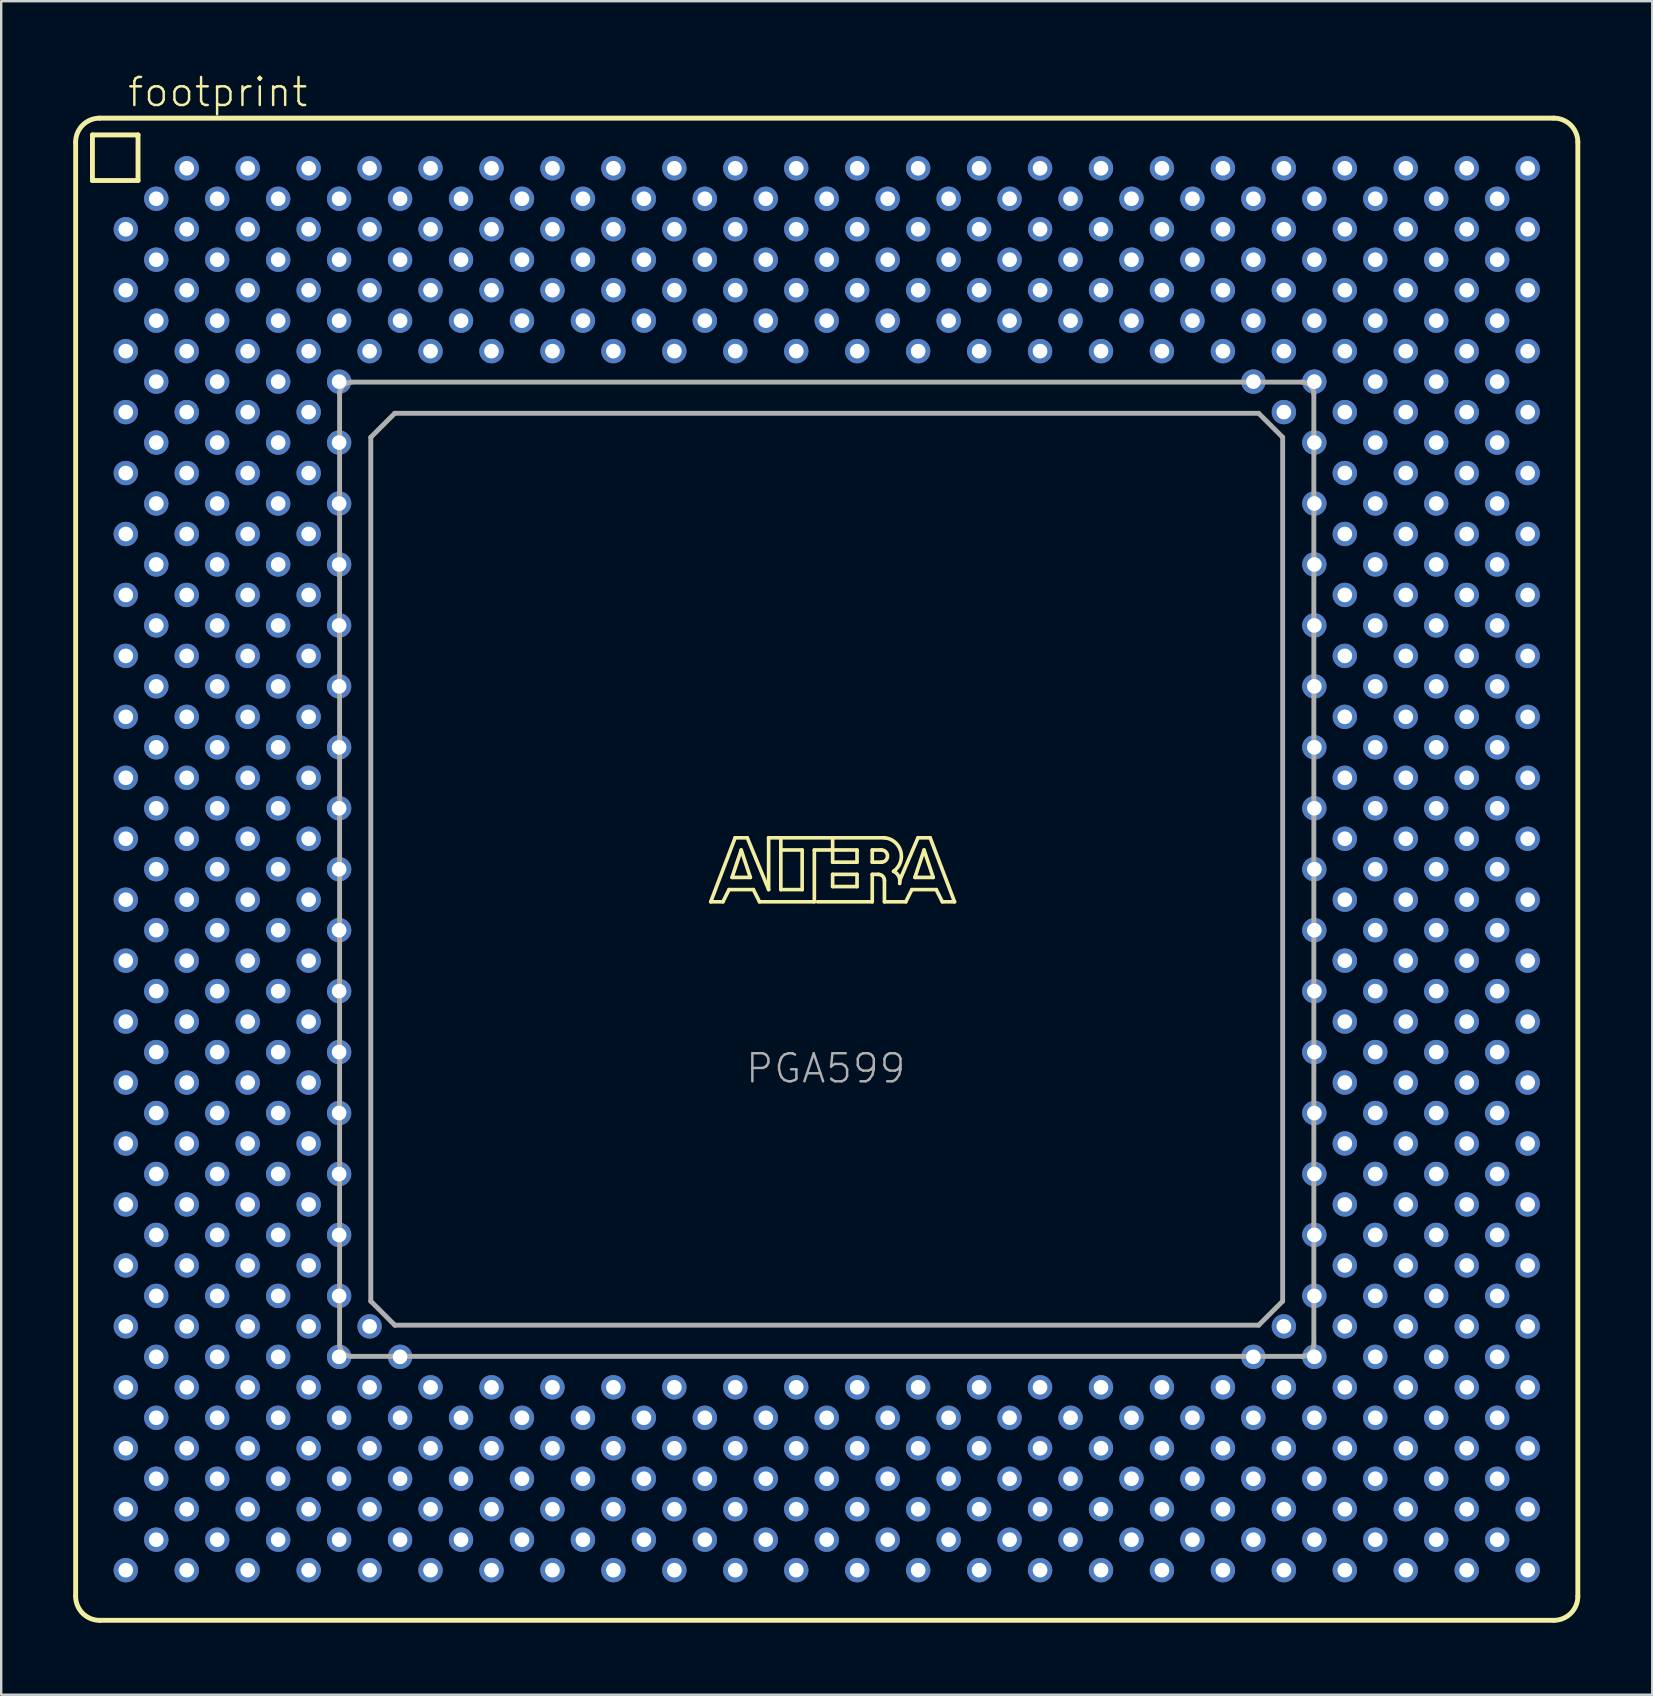
<source format=kicad_pcb>
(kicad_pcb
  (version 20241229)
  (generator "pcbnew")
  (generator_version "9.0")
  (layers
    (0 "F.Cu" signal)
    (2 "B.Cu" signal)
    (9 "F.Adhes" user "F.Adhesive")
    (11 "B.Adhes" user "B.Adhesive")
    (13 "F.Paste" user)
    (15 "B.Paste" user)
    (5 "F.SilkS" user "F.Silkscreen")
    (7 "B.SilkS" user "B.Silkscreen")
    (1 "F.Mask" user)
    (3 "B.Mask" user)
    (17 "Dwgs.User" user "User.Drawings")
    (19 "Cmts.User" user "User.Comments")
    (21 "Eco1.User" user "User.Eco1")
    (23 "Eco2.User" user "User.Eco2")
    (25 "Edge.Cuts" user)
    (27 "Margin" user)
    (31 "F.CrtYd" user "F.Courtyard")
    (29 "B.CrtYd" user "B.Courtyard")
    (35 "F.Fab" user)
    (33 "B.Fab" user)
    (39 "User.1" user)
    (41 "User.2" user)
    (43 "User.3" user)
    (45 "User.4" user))
  (footprint "footprint"
    (layer "F.Cu")
    (at 31.402 33.173)
    (property "Reference" "footprint" (at -29.199 -31.7 0) (layer "F.SilkS") (effects (font (size 1.168 1.168) (thickness 0.102)) (justify left bottom)))
    (fp_line (start -31.3 -30.3) (end -31.3 30.3) (stroke (width 0.203) (type solid)) (layer "F.SilkS"))
    (fp_line (start -30.6 -30.6) (end -28.7 -30.6) (stroke (width 0.203) (type solid)) (layer "F.SilkS"))
    (fp_line (start -30.6 -28.7) (end -30.6 -30.6) (stroke (width 0.203) (type solid)) (layer "F.SilkS"))
    (fp_line (start -30.3 31.3) (end 30.3 31.3) (stroke (width 0.203) (type solid)) (layer "F.SilkS"))
    (fp_line (start -28.7 -30.6) (end -28.7 -28.7) (stroke (width 0.203) (type solid)) (layer "F.SilkS"))
    (fp_line (start -28.7 -28.7) (end -30.6 -28.7) (stroke (width 0.203) (type solid)) (layer "F.SilkS"))
    (fp_line (start -4.834 1.357) (end -3.818 -1.31) (stroke (width 0.152) (type solid)) (layer "F.SilkS"))
    (fp_line (start -4.326 1.357) (end -4.834 1.357) (stroke (width 0.152) (type solid)) (layer "F.SilkS"))
    (fp_line (start -4.072 0.849) (end -4.326 1.357) (stroke (width 0.152) (type solid)) (layer "F.SilkS"))
    (fp_line (start -3.945 0.341) (end -3.183 0.341) (stroke (width 0.152) (type solid)) (layer "F.SilkS"))
    (fp_line (start -3.818 -1.31) (end -3.31 -1.31) (stroke (width 0.152) (type solid)) (layer "F.SilkS"))
    (fp_line (start -3.564 -0.802) (end -3.945 0.341) (stroke (width 0.152) (type solid)) (layer "F.SilkS"))
    (fp_line (start -3.31 -1.31) (end -2.421 0.849) (stroke (width 0.152) (type solid)) (layer "F.SilkS"))
    (fp_line (start -3.183 0.341) (end -3.564 -0.802) (stroke (width 0.152) (type solid)) (layer "F.SilkS"))
    (fp_line (start -3.056 0.849) (end -4.072 0.849) (stroke (width 0.152) (type solid)) (layer "F.SilkS"))
    (fp_line (start -2.802 1.357) (end -3.056 0.849) (stroke (width 0.152) (type solid)) (layer "F.SilkS"))
    (fp_line (start -2.421 -1.31) (end -1.913 -1.31) (stroke (width 0.152) (type solid)) (layer "F.SilkS"))
    (fp_line (start -2.421 0.849) (end -2.421 -1.31) (stroke (width 0.152) (type solid)) (layer "F.SilkS"))
    (fp_line (start -1.913 -1.31) (end -1.913 -0.802) (stroke (width 0.152) (type solid)) (layer "F.SilkS"))
    (fp_line (start -1.913 -1.31) (end 0.246 -1.31) (stroke (width 0.152) (type solid)) (layer "F.SilkS"))
    (fp_line (start -1.913 -0.802) (end -1.913 0.849) (stroke (width 0.152) (type solid)) (layer "F.SilkS"))
    (fp_line (start -1.913 0.849) (end -1.024 0.849) (stroke (width 0.152) (type solid)) (layer "F.SilkS"))
    (fp_line (start -1.024 -0.802) (end -1.913 -0.802) (stroke (width 0.152) (type solid)) (layer "F.SilkS"))
    (fp_line (start -1.024 0.849) (end -1.024 -0.802) (stroke (width 0.152) (type solid)) (layer "F.SilkS"))
    (fp_line (start -0.516 -0.802) (end -0.516 1.357) (stroke (width 0.152) (type solid)) (layer "F.SilkS"))
    (fp_line (start -0.516 1.357) (end -2.802 1.357) (stroke (width 0.152) (type solid)) (layer "F.SilkS"))
    (fp_line (start 0.246 -1.31) (end 0.246 -0.802) (stroke (width 0.152) (type solid)) (layer "F.SilkS"))
    (fp_line (start 0.246 -1.31) (end 2.405 -1.31) (stroke (width 0.152) (type solid)) (layer "F.SilkS"))
    (fp_line (start 0.246 -0.802) (end -0.516 -0.802) (stroke (width 0.152) (type solid)) (layer "F.SilkS"))
    (fp_line (start 0.246 -0.802) (end 0.246 -0.294) (stroke (width 0.152) (type solid)) (layer "F.SilkS"))
    (fp_line (start 0.246 -0.294) (end 1.262 -0.294) (stroke (width 0.152) (type solid)) (layer "F.SilkS"))
    (fp_line (start 0.246 0.214) (end 1.262 0.214) (stroke (width 0.152) (type solid)) (layer "F.SilkS"))
    (fp_line (start 0.246 0.722) (end 0.246 0.214) (stroke (width 0.152) (type solid)) (layer "F.SilkS"))
    (fp_line (start 1.262 -0.802) (end 0.246 -0.802) (stroke (width 0.152) (type solid)) (layer "F.SilkS"))
    (fp_line (start 1.262 -0.294) (end 1.262 -0.802) (stroke (width 0.152) (type solid)) (layer "F.SilkS"))
    (fp_line (start 1.262 0.214) (end 1.262 0.722) (stroke (width 0.152) (type solid)) (layer "F.SilkS"))
    (fp_line (start 1.262 0.722) (end 0.246 0.722) (stroke (width 0.152) (type solid)) (layer "F.SilkS"))
    (fp_line (start 1.897 -0.802) (end 1.897 -0.294) (stroke (width 0.152) (type solid)) (layer "F.SilkS"))
    (fp_line (start 1.897 -0.294) (end 2.278 -0.294) (stroke (width 0.152) (type solid)) (layer "F.SilkS"))
    (fp_line (start 1.897 0.214) (end 1.897 1.357) (stroke (width 0.152) (type solid)) (layer "F.SilkS"))
    (fp_line (start 1.897 0.214) (end 2.151 0.214) (stroke (width 0.152) (type solid)) (layer "F.SilkS"))
    (fp_line (start 1.897 1.357) (end -0.389 1.357) (stroke (width 0.152) (type solid)) (layer "F.SilkS"))
    (fp_line (start 2.278 -0.802) (end 1.897 -0.802) (stroke (width 0.152) (type solid)) (layer "F.SilkS"))
    (fp_line (start 2.405 0.468) (end 2.405 1.357) (stroke (width 0.152) (type solid)) (layer "F.SilkS"))
    (fp_line (start 2.405 1.357) (end 3.294 1.357) (stroke (width 0.152) (type solid)) (layer "F.SilkS"))
    (fp_line (start 3.294 1.357) (end 3.548 0.849) (stroke (width 0.152) (type solid)) (layer "F.SilkS"))
    (fp_line (start 3.548 0.849) (end 4.564 0.849) (stroke (width 0.152) (type solid)) (layer "F.SilkS"))
    (fp_line (start 3.675 0.341) (end 4.056 -0.802) (stroke (width 0.152) (type solid)) (layer "F.SilkS"))
    (fp_line (start 3.802 -1.31) (end 3.04 0.468) (stroke (width 0.152) (type solid)) (layer "F.SilkS"))
    (fp_line (start 4.056 -0.802) (end 4.437 0.341) (stroke (width 0.152) (type solid)) (layer "F.SilkS"))
    (fp_line (start 4.31 -1.31) (end 3.802 -1.31) (stroke (width 0.152) (type solid)) (layer "F.SilkS"))
    (fp_line (start 4.437 0.341) (end 3.675 0.341) (stroke (width 0.152) (type solid)) (layer "F.SilkS"))
    (fp_line (start 4.564 0.849) (end 4.818 1.357) (stroke (width 0.152) (type solid)) (layer "F.SilkS"))
    (fp_line (start 4.818 1.357) (end 5.326 1.357) (stroke (width 0.152) (type solid)) (layer "F.SilkS"))
    (fp_line (start 5.326 1.357) (end 4.31 -1.31) (stroke (width 0.152) (type solid)) (layer "F.SilkS"))
    (fp_line (start 30.3 -31.3) (end -30.3 -31.3) (stroke (width 0.203) (type solid)) (layer "F.SilkS"))
    (fp_line (start 31.3 30.3) (end 31.3 -30.3) (stroke (width 0.203) (type solid)) (layer "F.SilkS"))
    (fp_arc (start -31.3 -30.3) (mid -31.007107 -31.007107) (end -30.3 -31.3) (stroke (width 0.2032) (type solid)) (layer "F.SilkS"))
    (fp_arc (start -30.3 31.3) (mid -31.007107 31.007107) (end -31.3 30.3) (stroke (width 0.2032) (type solid)) (layer "F.SilkS"))
    (fp_arc (start 2.151 0.214) (mid 2.330605 0.288395) (end 2.405 0.468) (stroke (width 0.1524) (type solid)) (layer "F.SilkS"))
    (fp_arc (start 2.278 -0.802) (mid 2.532 -0.548) (end 2.278 -0.294) (stroke (width 0.1524) (type solid)) (layer "F.SilkS"))
    (fp_arc (start 2.405 -1.31) (mid 3.084953 -0.744769) (end 2.786098 0.087401) (stroke (width 0.1524) (type solid)) (layer "F.SilkS"))
    (fp_arc (start 2.7861 0.0871) (mid 3.002081 0.296587) (end 3.039799 0.5951) (stroke (width 0.1524) (type solid)) (layer "F.SilkS"))
    (fp_arc (start 30.3 -31.3) (mid 31.007107 -31.007107) (end 31.3 -30.3) (stroke (width 0.2032) (type solid)) (layer "F.SilkS"))
    (fp_arc (start 31.3 30.3) (mid 31.007107 31.007107) (end 30.3 31.3) (stroke (width 0.2032) (type solid)) (layer "F.SilkS"))
    (fp_line (start -20.3 -19.8) (end -20.3 19.8) (stroke (width 0.203) (type solid)) (layer "F.Fab"))
    (fp_line (start -19.8 20.3) (end 19.8 20.3) (stroke (width 0.203) (type solid)) (layer "F.Fab"))
    (fp_line (start -19 -18) (end -19 18) (stroke (width 0.203) (type solid)) (layer "F.Fab"))
    (fp_line (start -19 -18) (end -18 -19) (stroke (width 0.203) (type solid)) (layer "F.Fab"))
    (fp_line (start -18 19) (end -19 18) (stroke (width 0.203) (type solid)) (layer "F.Fab"))
    (fp_line (start -18 19) (end 18 19) (stroke (width 0.203) (type solid)) (layer "F.Fab"))
    (fp_line (start 18 -19) (end -18 -19) (stroke (width 0.203) (type solid)) (layer "F.Fab"))
    (fp_line (start 18 -19) (end 19 -18) (stroke (width 0.203) (type solid)) (layer "F.Fab"))
    (fp_line (start 19 18) (end 18 19) (stroke (width 0.203) (type solid)) (layer "F.Fab"))
    (fp_line (start 19 18) (end 19 -18) (stroke (width 0.203) (type solid)) (layer "F.Fab"))
    (fp_line (start 19.8 -20.3) (end -19.8 -20.3) (stroke (width 0.203) (type solid)) (layer "F.Fab"))
    (fp_line (start 20.3 19.8) (end 20.3 -19.8) (stroke (width 0.203) (type solid)) (layer "F.Fab"))
    (fp_arc (start -20.3 -19.8) (mid -20.153624 -20.153483) (end -19.800199 -20.300001) (stroke (width 0.2032) (type solid)) (layer "F.Fab"))
    (fp_arc (start -19.800199 20.300001) (mid -20.153624 20.153483) (end -20.3 19.8) (stroke (width 0.2032) (type solid)) (layer "F.Fab"))
    (fp_arc (start 19.8 -20.3) (mid 20.153483 -20.153624) (end 20.300001 -19.800199) (stroke (width 0.2032) (type solid)) (layer "F.Fab"))
    (fp_arc (start 20.300001 19.800199) (mid 20.153483 20.153624) (end 19.8 20.3) (stroke (width 0.2032) (type solid)) (layer "F.Fab"))
    (fp_text user "PGA599" (at -3.445 8.985 0) (layer "F.Fab") (effects (font (size 1.168 1.168) (thickness 0.102)) (justify left bottom)))
    (pad "A3" thru_hole circle (at -26.67 -29.21) (size 1.016 1.016) (drill 0.61) (layers "*.Cu" "*.Mask"))
    (pad "A5" thru_hole circle (at -24.13 -29.21) (size 1.016 1.016) (drill 0.61) (layers "*.Cu" "*.Mask"))
    (pad "A7" thru_hole circle (at -21.59 -29.21) (size 1.016 1.016) (drill 0.61) (layers "*.Cu" "*.Mask"))
    (pad "A9" thru_hole circle (at -19.05 -29.21) (size 1.016 1.016) (drill 0.61) (layers "*.Cu" "*.Mask"))
    (pad "A11" thru_hole circle (at -16.51 -29.21) (size 1.016 1.016) (drill 0.61) (layers "*.Cu" "*.Mask"))
    (pad "A13" thru_hole circle (at -13.97 -29.21) (size 1.016 1.016) (drill 0.61) (layers "*.Cu" "*.Mask"))
    (pad "A15" thru_hole circle (at -11.43 -29.21) (size 1.016 1.016) (drill 0.61) (layers "*.Cu" "*.Mask"))
    (pad "A17" thru_hole circle (at -8.89 -29.21) (size 1.016 1.016) (drill 0.61) (layers "*.Cu" "*.Mask"))
    (pad "A19" thru_hole circle (at -6.35 -29.21) (size 1.016 1.016) (drill 0.61) (layers "*.Cu" "*.Mask"))
    (pad "A21" thru_hole circle (at -3.81 -29.21) (size 1.016 1.016) (drill 0.61) (layers "*.Cu" "*.Mask"))
    (pad "A23" thru_hole circle (at -1.27 -29.21) (size 1.016 1.016) (drill 0.61) (layers "*.Cu" "*.Mask"))
    (pad "A25" thru_hole circle (at 1.27 -29.21) (size 1.016 1.016) (drill 0.61) (layers "*.Cu" "*.Mask"))
    (pad "A27" thru_hole circle (at 3.81 -29.21) (size 1.016 1.016) (drill 0.61) (layers "*.Cu" "*.Mask"))
    (pad "A29" thru_hole circle (at 6.35 -29.21) (size 1.016 1.016) (drill 0.61) (layers "*.Cu" "*.Mask"))
    (pad "A31" thru_hole circle (at 8.89 -29.21) (size 1.016 1.016) (drill 0.61) (layers "*.Cu" "*.Mask"))
    (pad "A33" thru_hole circle (at 11.43 -29.21) (size 1.016 1.016) (drill 0.61) (layers "*.Cu" "*.Mask"))
    (pad "A35" thru_hole circle (at 13.97 -29.21) (size 1.016 1.016) (drill 0.61) (layers "*.Cu" "*.Mask"))
    (pad "A37" thru_hole circle (at 16.51 -29.21) (size 1.016 1.016) (drill 0.61) (layers "*.Cu" "*.Mask"))
    (pad "A39" thru_hole circle (at 19.05 -29.21) (size 1.016 1.016) (drill 0.61) (layers "*.Cu" "*.Mask"))
    (pad "A41" thru_hole circle (at 21.59 -29.21) (size 1.016 1.016) (drill 0.61) (layers "*.Cu" "*.Mask"))
    (pad "A43" thru_hole circle (at 24.13 -29.21) (size 1.016 1.016) (drill 0.61) (layers "*.Cu" "*.Mask"))
    (pad "A45" thru_hole circle (at 26.67 -29.21) (size 1.016 1.016) (drill 0.61) (layers "*.Cu" "*.Mask"))
    (pad "A47" thru_hole circle (at 29.21 -29.21) (size 1.016 1.016) (drill 0.61) (layers "*.Cu" "*.Mask"))
    (pad "AA1" thru_hole circle (at -29.21 -3.81) (size 1.016 1.016) (drill 0.61) (layers "*.Cu" "*.Mask"))
    (pad "AA3" thru_hole circle (at -26.67 -3.81) (size 1.016 1.016) (drill 0.61) (layers "*.Cu" "*.Mask"))
    (pad "AA5" thru_hole circle (at -24.13 -3.81) (size 1.016 1.016) (drill 0.61) (layers "*.Cu" "*.Mask"))
    (pad "AA7" thru_hole circle (at -21.59 -3.81) (size 1.016 1.016) (drill 0.61) (layers "*.Cu" "*.Mask"))
    (pad "AA41" thru_hole circle (at 21.59 -3.81) (size 1.016 1.016) (drill 0.61) (layers "*.Cu" "*.Mask"))
    (pad "AA43" thru_hole circle (at 24.13 -3.81) (size 1.016 1.016) (drill 0.61) (layers "*.Cu" "*.Mask"))
    (pad "AA45" thru_hole circle (at 26.67 -3.81) (size 1.016 1.016) (drill 0.61) (layers "*.Cu" "*.Mask"))
    (pad "AA47" thru_hole circle (at 29.21 -3.81) (size 1.016 1.016) (drill 0.61) (layers "*.Cu" "*.Mask"))
    (pad "AB2" thru_hole circle (at -27.94 -2.54) (size 1.016 1.016) (drill 0.61) (layers "*.Cu" "*.Mask"))
    (pad "AB4" thru_hole circle (at -25.4 -2.54) (size 1.016 1.016) (drill 0.61) (layers "*.Cu" "*.Mask"))
    (pad "AB6" thru_hole circle (at -22.86 -2.54) (size 1.016 1.016) (drill 0.61) (layers "*.Cu" "*.Mask"))
    (pad "AB8" thru_hole circle (at -20.32 -2.54) (size 1.016 1.016) (drill 0.61) (layers "*.Cu" "*.Mask"))
    (pad "AB40" thru_hole circle (at 20.32 -2.54) (size 1.016 1.016) (drill 0.61) (layers "*.Cu" "*.Mask"))
    (pad "AB42" thru_hole circle (at 22.86 -2.54) (size 1.016 1.016) (drill 0.61) (layers "*.Cu" "*.Mask"))
    (pad "AB44" thru_hole circle (at 25.4 -2.54) (size 1.016 1.016) (drill 0.61) (layers "*.Cu" "*.Mask"))
    (pad "AB46" thru_hole circle (at 27.94 -2.54) (size 1.016 1.016) (drill 0.61) (layers "*.Cu" "*.Mask"))
    (pad "AC1" thru_hole circle (at -29.21 -1.27) (size 1.016 1.016) (drill 0.61) (layers "*.Cu" "*.Mask"))
    (pad "AC3" thru_hole circle (at -26.67 -1.27) (size 1.016 1.016) (drill 0.61) (layers "*.Cu" "*.Mask"))
    (pad "AC5" thru_hole circle (at -24.13 -1.27) (size 1.016 1.016) (drill 0.61) (layers "*.Cu" "*.Mask"))
    (pad "AC7" thru_hole circle (at -21.59 -1.27) (size 1.016 1.016) (drill 0.61) (layers "*.Cu" "*.Mask"))
    (pad "AC41" thru_hole circle (at 21.59 -1.27) (size 1.016 1.016) (drill 0.61) (layers "*.Cu" "*.Mask"))
    (pad "AC43" thru_hole circle (at 24.13 -1.27) (size 1.016 1.016) (drill 0.61) (layers "*.Cu" "*.Mask"))
    (pad "AC45" thru_hole circle (at 26.67 -1.27) (size 1.016 1.016) (drill 0.61) (layers "*.Cu" "*.Mask"))
    (pad "AC47" thru_hole circle (at 29.21 -1.27) (size 1.016 1.016) (drill 0.61) (layers "*.Cu" "*.Mask"))
    (pad "AD2" thru_hole circle (at -27.94 0) (size 1.016 1.016) (drill 0.61) (layers "*.Cu" "*.Mask"))
    (pad "AD4" thru_hole circle (at -25.4 0) (size 1.016 1.016) (drill 0.61) (layers "*.Cu" "*.Mask"))
    (pad "AD6" thru_hole circle (at -22.86 0) (size 1.016 1.016) (drill 0.61) (layers "*.Cu" "*.Mask"))
    (pad "AD8" thru_hole circle (at -20.32 0) (size 1.016 1.016) (drill 0.61) (layers "*.Cu" "*.Mask"))
    (pad "AD40" thru_hole circle (at 20.32 0) (size 1.016 1.016) (drill 0.61) (layers "*.Cu" "*.Mask"))
    (pad "AD42" thru_hole circle (at 22.86 0) (size 1.016 1.016) (drill 0.61) (layers "*.Cu" "*.Mask"))
    (pad "AD44" thru_hole circle (at 25.4 0) (size 1.016 1.016) (drill 0.61) (layers "*.Cu" "*.Mask"))
    (pad "AD46" thru_hole circle (at 27.94 0) (size 1.016 1.016) (drill 0.61) (layers "*.Cu" "*.Mask"))
    (pad "AE1" thru_hole circle (at -29.21 1.27) (size 1.016 1.016) (drill 0.61) (layers "*.Cu" "*.Mask"))
    (pad "AE3" thru_hole circle (at -26.67 1.27) (size 1.016 1.016) (drill 0.61) (layers "*.Cu" "*.Mask"))
    (pad "AE5" thru_hole circle (at -24.13 1.27) (size 1.016 1.016) (drill 0.61) (layers "*.Cu" "*.Mask"))
    (pad "AE7" thru_hole circle (at -21.59 1.27) (size 1.016 1.016) (drill 0.61) (layers "*.Cu" "*.Mask"))
    (pad "AE41" thru_hole circle (at 21.59 1.27) (size 1.016 1.016) (drill 0.61) (layers "*.Cu" "*.Mask"))
    (pad "AE43" thru_hole circle (at 24.13 1.27) (size 1.016 1.016) (drill 0.61) (layers "*.Cu" "*.Mask"))
    (pad "AE45" thru_hole circle (at 26.67 1.27) (size 1.016 1.016) (drill 0.61) (layers "*.Cu" "*.Mask"))
    (pad "AE47" thru_hole circle (at 29.21 1.27) (size 1.016 1.016) (drill 0.61) (layers "*.Cu" "*.Mask"))
    (pad "AF2" thru_hole circle (at -27.94 2.54) (size 1.016 1.016) (drill 0.61) (layers "*.Cu" "*.Mask"))
    (pad "AF4" thru_hole circle (at -25.4 2.54) (size 1.016 1.016) (drill 0.61) (layers "*.Cu" "*.Mask"))
    (pad "AF6" thru_hole circle (at -22.86 2.54) (size 1.016 1.016) (drill 0.61) (layers "*.Cu" "*.Mask"))
    (pad "AF8" thru_hole circle (at -20.32 2.54) (size 1.016 1.016) (drill 0.61) (layers "*.Cu" "*.Mask"))
    (pad "AF40" thru_hole circle (at 20.32 2.54) (size 1.016 1.016) (drill 0.61) (layers "*.Cu" "*.Mask"))
    (pad "AF42" thru_hole circle (at 22.86 2.54) (size 1.016 1.016) (drill 0.61) (layers "*.Cu" "*.Mask"))
    (pad "AF44" thru_hole circle (at 25.4 2.54) (size 1.016 1.016) (drill 0.61) (layers "*.Cu" "*.Mask"))
    (pad "AF46" thru_hole circle (at 27.94 2.54) (size 1.016 1.016) (drill 0.61) (layers "*.Cu" "*.Mask"))
    (pad "AG1" thru_hole circle (at -29.21 3.81) (size 1.016 1.016) (drill 0.61) (layers "*.Cu" "*.Mask"))
    (pad "AG3" thru_hole circle (at -26.67 3.81) (size 1.016 1.016) (drill 0.61) (layers "*.Cu" "*.Mask"))
    (pad "AG5" thru_hole circle (at -24.13 3.81) (size 1.016 1.016) (drill 0.61) (layers "*.Cu" "*.Mask"))
    (pad "AG7" thru_hole circle (at -21.59 3.81) (size 1.016 1.016) (drill 0.61) (layers "*.Cu" "*.Mask"))
    (pad "AG41" thru_hole circle (at 21.59 3.81) (size 1.016 1.016) (drill 0.61) (layers "*.Cu" "*.Mask"))
    (pad "AG43" thru_hole circle (at 24.13 3.81) (size 1.016 1.016) (drill 0.61) (layers "*.Cu" "*.Mask"))
    (pad "AG45" thru_hole circle (at 26.67 3.81) (size 1.016 1.016) (drill 0.61) (layers "*.Cu" "*.Mask"))
    (pad "AG47" thru_hole circle (at 29.21 3.81) (size 1.016 1.016) (drill 0.61) (layers "*.Cu" "*.Mask"))
    (pad "AH2" thru_hole circle (at -27.94 5.08) (size 1.016 1.016) (drill 0.61) (layers "*.Cu" "*.Mask"))
    (pad "AH4" thru_hole circle (at -25.4 5.08) (size 1.016 1.016) (drill 0.61) (layers "*.Cu" "*.Mask"))
    (pad "AH6" thru_hole circle (at -22.86 5.08) (size 1.016 1.016) (drill 0.61) (layers "*.Cu" "*.Mask"))
    (pad "AH8" thru_hole circle (at -20.32 5.08) (size 1.016 1.016) (drill 0.61) (layers "*.Cu" "*.Mask"))
    (pad "AH40" thru_hole circle (at 20.32 5.08) (size 1.016 1.016) (drill 0.61) (layers "*.Cu" "*.Mask"))
    (pad "AH42" thru_hole circle (at 22.86 5.08) (size 1.016 1.016) (drill 0.61) (layers "*.Cu" "*.Mask"))
    (pad "AH44" thru_hole circle (at 25.4 5.08) (size 1.016 1.016) (drill 0.61) (layers "*.Cu" "*.Mask"))
    (pad "AH46" thru_hole circle (at 27.94 5.08) (size 1.016 1.016) (drill 0.61) (layers "*.Cu" "*.Mask"))
    (pad "AJ1" thru_hole circle (at -29.21 6.35) (size 1.016 1.016) (drill 0.61) (layers "*.Cu" "*.Mask"))
    (pad "AJ3" thru_hole circle (at -26.67 6.35) (size 1.016 1.016) (drill 0.61) (layers "*.Cu" "*.Mask"))
    (pad "AJ5" thru_hole circle (at -24.13 6.35) (size 1.016 1.016) (drill 0.61) (layers "*.Cu" "*.Mask"))
    (pad "AJ7" thru_hole circle (at -21.59 6.35) (size 1.016 1.016) (drill 0.61) (layers "*.Cu" "*.Mask"))
    (pad "AJ41" thru_hole circle (at 21.59 6.35) (size 1.016 1.016) (drill 0.61) (layers "*.Cu" "*.Mask"))
    (pad "AJ43" thru_hole circle (at 24.13 6.35) (size 1.016 1.016) (drill 0.61) (layers "*.Cu" "*.Mask"))
    (pad "AJ45" thru_hole circle (at 26.67 6.35) (size 1.016 1.016) (drill 0.61) (layers "*.Cu" "*.Mask"))
    (pad "AJ47" thru_hole circle (at 29.21 6.35) (size 1.016 1.016) (drill 0.61) (layers "*.Cu" "*.Mask"))
    (pad "AK2" thru_hole circle (at -27.94 7.62) (size 1.016 1.016) (drill 0.61) (layers "*.Cu" "*.Mask"))
    (pad "AK4" thru_hole circle (at -25.4 7.62) (size 1.016 1.016) (drill 0.61) (layers "*.Cu" "*.Mask"))
    (pad "AK6" thru_hole circle (at -22.86 7.62) (size 1.016 1.016) (drill 0.61) (layers "*.Cu" "*.Mask"))
    (pad "AK8" thru_hole circle (at -20.32 7.62) (size 1.016 1.016) (drill 0.61) (layers "*.Cu" "*.Mask"))
    (pad "AK40" thru_hole circle (at 20.32 7.62) (size 1.016 1.016) (drill 0.61) (layers "*.Cu" "*.Mask"))
    (pad "AK42" thru_hole circle (at 22.86 7.62) (size 1.016 1.016) (drill 0.61) (layers "*.Cu" "*.Mask"))
    (pad "AK44" thru_hole circle (at 25.4 7.62) (size 1.016 1.016) (drill 0.61) (layers "*.Cu" "*.Mask"))
    (pad "AK46" thru_hole circle (at 27.94 7.62) (size 1.016 1.016) (drill 0.61) (layers "*.Cu" "*.Mask"))
    (pad "AL1" thru_hole circle (at -29.21 8.89) (size 1.016 1.016) (drill 0.61) (layers "*.Cu" "*.Mask"))
    (pad "AL3" thru_hole circle (at -26.67 8.89) (size 1.016 1.016) (drill 0.61) (layers "*.Cu" "*.Mask"))
    (pad "AL5" thru_hole circle (at -24.13 8.89) (size 1.016 1.016) (drill 0.61) (layers "*.Cu" "*.Mask"))
    (pad "AL7" thru_hole circle (at -21.59 8.89) (size 1.016 1.016) (drill 0.61) (layers "*.Cu" "*.Mask"))
    (pad "AL41" thru_hole circle (at 21.59 8.89) (size 1.016 1.016) (drill 0.61) (layers "*.Cu" "*.Mask"))
    (pad "AL43" thru_hole circle (at 24.13 8.89) (size 1.016 1.016) (drill 0.61) (layers "*.Cu" "*.Mask"))
    (pad "AL45" thru_hole circle (at 26.67 8.89) (size 1.016 1.016) (drill 0.61) (layers "*.Cu" "*.Mask"))
    (pad "AL47" thru_hole circle (at 29.21 8.89) (size 1.016 1.016) (drill 0.61) (layers "*.Cu" "*.Mask"))
    (pad "AM2" thru_hole circle (at -27.94 10.16) (size 1.016 1.016) (drill 0.61) (layers "*.Cu" "*.Mask"))
    (pad "AM4" thru_hole circle (at -25.4 10.16) (size 1.016 1.016) (drill 0.61) (layers "*.Cu" "*.Mask"))
    (pad "AM6" thru_hole circle (at -22.86 10.16) (size 1.016 1.016) (drill 0.61) (layers "*.Cu" "*.Mask"))
    (pad "AM8" thru_hole circle (at -20.32 10.16) (size 1.016 1.016) (drill 0.61) (layers "*.Cu" "*.Mask"))
    (pad "AM40" thru_hole circle (at 20.32 10.16) (size 1.016 1.016) (drill 0.61) (layers "*.Cu" "*.Mask"))
    (pad "AM42" thru_hole circle (at 22.86 10.16) (size 1.016 1.016) (drill 0.61) (layers "*.Cu" "*.Mask"))
    (pad "AM44" thru_hole circle (at 25.4 10.16) (size 1.016 1.016) (drill 0.61) (layers "*.Cu" "*.Mask"))
    (pad "AM46" thru_hole circle (at 27.94 10.16) (size 1.016 1.016) (drill 0.61) (layers "*.Cu" "*.Mask"))
    (pad "AN1" thru_hole circle (at -29.21 11.43) (size 1.016 1.016) (drill 0.61) (layers "*.Cu" "*.Mask"))
    (pad "AN3" thru_hole circle (at -26.67 11.43) (size 1.016 1.016) (drill 0.61) (layers "*.Cu" "*.Mask"))
    (pad "AN5" thru_hole circle (at -24.13 11.43) (size 1.016 1.016) (drill 0.61) (layers "*.Cu" "*.Mask"))
    (pad "AN7" thru_hole circle (at -21.59 11.43) (size 1.016 1.016) (drill 0.61) (layers "*.Cu" "*.Mask"))
    (pad "AN41" thru_hole circle (at 21.59 11.43) (size 1.016 1.016) (drill 0.61) (layers "*.Cu" "*.Mask"))
    (pad "AN43" thru_hole circle (at 24.13 11.43) (size 1.016 1.016) (drill 0.61) (layers "*.Cu" "*.Mask"))
    (pad "AN45" thru_hole circle (at 26.67 11.43) (size 1.016 1.016) (drill 0.61) (layers "*.Cu" "*.Mask"))
    (pad "AN47" thru_hole circle (at 29.21 11.43) (size 1.016 1.016) (drill 0.61) (layers "*.Cu" "*.Mask"))
    (pad "AP2" thru_hole circle (at -27.94 12.7) (size 1.016 1.016) (drill 0.61) (layers "*.Cu" "*.Mask"))
    (pad "AP4" thru_hole circle (at -25.4 12.7) (size 1.016 1.016) (drill 0.61) (layers "*.Cu" "*.Mask"))
    (pad "AP6" thru_hole circle (at -22.86 12.7) (size 1.016 1.016) (drill 0.61) (layers "*.Cu" "*.Mask"))
    (pad "AP8" thru_hole circle (at -20.32 12.7) (size 1.016 1.016) (drill 0.61) (layers "*.Cu" "*.Mask"))
    (pad "AP40" thru_hole circle (at 20.32 12.7) (size 1.016 1.016) (drill 0.61) (layers "*.Cu" "*.Mask"))
    (pad "AP42" thru_hole circle (at 22.86 12.7) (size 1.016 1.016) (drill 0.61) (layers "*.Cu" "*.Mask"))
    (pad "AP44" thru_hole circle (at 25.4 12.7) (size 1.016 1.016) (drill 0.61) (layers "*.Cu" "*.Mask"))
    (pad "AP46" thru_hole circle (at 27.94 12.7) (size 1.016 1.016) (drill 0.61) (layers "*.Cu" "*.Mask"))
    (pad "AR1" thru_hole circle (at -29.21 13.97) (size 1.016 1.016) (drill 0.61) (layers "*.Cu" "*.Mask"))
    (pad "AR3" thru_hole circle (at -26.67 13.97) (size 1.016 1.016) (drill 0.61) (layers "*.Cu" "*.Mask"))
    (pad "AR5" thru_hole circle (at -24.13 13.97) (size 1.016 1.016) (drill 0.61) (layers "*.Cu" "*.Mask"))
    (pad "AR7" thru_hole circle (at -21.59 13.97) (size 1.016 1.016) (drill 0.61) (layers "*.Cu" "*.Mask"))
    (pad "AR41" thru_hole circle (at 21.59 13.97) (size 1.016 1.016) (drill 0.61) (layers "*.Cu" "*.Mask"))
    (pad "AR43" thru_hole circle (at 24.13 13.97) (size 1.016 1.016) (drill 0.61) (layers "*.Cu" "*.Mask"))
    (pad "AR45" thru_hole circle (at 26.67 13.97) (size 1.016 1.016) (drill 0.61) (layers "*.Cu" "*.Mask"))
    (pad "AR47" thru_hole circle (at 29.21 13.97) (size 1.016 1.016) (drill 0.61) (layers "*.Cu" "*.Mask"))
    (pad "AT2" thru_hole circle (at -27.94 15.24) (size 1.016 1.016) (drill 0.61) (layers "*.Cu" "*.Mask"))
    (pad "AT4" thru_hole circle (at -25.4 15.24) (size 1.016 1.016) (drill 0.61) (layers "*.Cu" "*.Mask"))
    (pad "AT6" thru_hole circle (at -22.86 15.24) (size 1.016 1.016) (drill 0.61) (layers "*.Cu" "*.Mask"))
    (pad "AT8" thru_hole circle (at -20.32 15.24) (size 1.016 1.016) (drill 0.61) (layers "*.Cu" "*.Mask"))
    (pad "AT40" thru_hole circle (at 20.32 15.24) (size 1.016 1.016) (drill 0.61) (layers "*.Cu" "*.Mask"))
    (pad "AT42" thru_hole circle (at 22.86 15.24) (size 1.016 1.016) (drill 0.61) (layers "*.Cu" "*.Mask"))
    (pad "AT44" thru_hole circle (at 25.4 15.24) (size 1.016 1.016) (drill 0.61) (layers "*.Cu" "*.Mask"))
    (pad "AT46" thru_hole circle (at 27.94 15.24) (size 1.016 1.016) (drill 0.61) (layers "*.Cu" "*.Mask"))
    (pad "AU1" thru_hole circle (at -29.21 16.51) (size 1.016 1.016) (drill 0.61) (layers "*.Cu" "*.Mask"))
    (pad "AU3" thru_hole circle (at -26.67 16.51) (size 1.016 1.016) (drill 0.61) (layers "*.Cu" "*.Mask"))
    (pad "AU5" thru_hole circle (at -24.13 16.51) (size 1.016 1.016) (drill 0.61) (layers "*.Cu" "*.Mask"))
    (pad "AU7" thru_hole circle (at -21.59 16.51) (size 1.016 1.016) (drill 0.61) (layers "*.Cu" "*.Mask"))
    (pad "AU41" thru_hole circle (at 21.59 16.51) (size 1.016 1.016) (drill 0.61) (layers "*.Cu" "*.Mask"))
    (pad "AU43" thru_hole circle (at 24.13 16.51) (size 1.016 1.016) (drill 0.61) (layers "*.Cu" "*.Mask"))
    (pad "AU45" thru_hole circle (at 26.67 16.51) (size 1.016 1.016) (drill 0.61) (layers "*.Cu" "*.Mask"))
    (pad "AU47" thru_hole circle (at 29.21 16.51) (size 1.016 1.016) (drill 0.61) (layers "*.Cu" "*.Mask"))
    (pad "AV2" thru_hole circle (at -27.94 17.78) (size 1.016 1.016) (drill 0.61) (layers "*.Cu" "*.Mask"))
    (pad "AV4" thru_hole circle (at -25.4 17.78) (size 1.016 1.016) (drill 0.61) (layers "*.Cu" "*.Mask"))
    (pad "AV6" thru_hole circle (at -22.86 17.78) (size 1.016 1.016) (drill 0.61) (layers "*.Cu" "*.Mask"))
    (pad "AV8" thru_hole circle (at -20.32 17.78) (size 1.016 1.016) (drill 0.61) (layers "*.Cu" "*.Mask"))
    (pad "AV40" thru_hole circle (at 20.32 17.78) (size 1.016 1.016) (drill 0.61) (layers "*.Cu" "*.Mask"))
    (pad "AV42" thru_hole circle (at 22.86 17.78) (size 1.016 1.016) (drill 0.61) (layers "*.Cu" "*.Mask"))
    (pad "AV44" thru_hole circle (at 25.4 17.78) (size 1.016 1.016) (drill 0.61) (layers "*.Cu" "*.Mask"))
    (pad "AV46" thru_hole circle (at 27.94 17.78) (size 1.016 1.016) (drill 0.61) (layers "*.Cu" "*.Mask"))
    (pad "AW1" thru_hole circle (at -29.21 19.05) (size 1.016 1.016) (drill 0.61) (layers "*.Cu" "*.Mask"))
    (pad "AW3" thru_hole circle (at -26.67 19.05) (size 1.016 1.016) (drill 0.61) (layers "*.Cu" "*.Mask"))
    (pad "AW5" thru_hole circle (at -24.13 19.05) (size 1.016 1.016) (drill 0.61) (layers "*.Cu" "*.Mask"))
    (pad "AW7" thru_hole circle (at -21.59 19.05) (size 1.016 1.016) (drill 0.61) (layers "*.Cu" "*.Mask"))
    (pad "AW9" thru_hole circle (at -19.05 19.05) (size 1.016 1.016) (drill 0.61) (layers "*.Cu" "*.Mask"))
    (pad "AW39" thru_hole circle (at 19.05 19.05) (size 1.016 1.016) (drill 0.61) (layers "*.Cu" "*.Mask"))
    (pad "AW41" thru_hole circle (at 21.59 19.05) (size 1.016 1.016) (drill 0.61) (layers "*.Cu" "*.Mask"))
    (pad "AW43" thru_hole circle (at 24.13 19.05) (size 1.016 1.016) (drill 0.61) (layers "*.Cu" "*.Mask"))
    (pad "AW45" thru_hole circle (at 26.67 19.05) (size 1.016 1.016) (drill 0.61) (layers "*.Cu" "*.Mask"))
    (pad "AW47" thru_hole circle (at 29.21 19.05) (size 1.016 1.016) (drill 0.61) (layers "*.Cu" "*.Mask"))
    (pad "AY2" thru_hole circle (at -27.94 20.32) (size 1.016 1.016) (drill 0.61) (layers "*.Cu" "*.Mask"))
    (pad "AY4" thru_hole circle (at -25.4 20.32) (size 1.016 1.016) (drill 0.61) (layers "*.Cu" "*.Mask"))
    (pad "AY6" thru_hole circle (at -22.86 20.32) (size 1.016 1.016) (drill 0.61) (layers "*.Cu" "*.Mask"))
    (pad "AY8" thru_hole circle (at -20.32 20.32) (size 1.016 1.016) (drill 0.61) (layers "*.Cu" "*.Mask"))
    (pad "AY10" thru_hole circle (at -17.78 20.32) (size 1.016 1.016) (drill 0.61) (layers "*.Cu" "*.Mask"))
    (pad "AY38" thru_hole circle (at 17.78 20.32) (size 1.016 1.016) (drill 0.61) (layers "*.Cu" "*.Mask"))
    (pad "AY40" thru_hole circle (at 20.32 20.32) (size 1.016 1.016) (drill 0.61) (layers "*.Cu" "*.Mask"))
    (pad "AY42" thru_hole circle (at 22.86 20.32) (size 1.016 1.016) (drill 0.61) (layers "*.Cu" "*.Mask"))
    (pad "AY44" thru_hole circle (at 25.4 20.32) (size 1.016 1.016) (drill 0.61) (layers "*.Cu" "*.Mask"))
    (pad "AY46" thru_hole circle (at 27.94 20.32) (size 1.016 1.016) (drill 0.61) (layers "*.Cu" "*.Mask"))
    (pad "B2" thru_hole circle (at -27.94 -27.94) (size 1.016 1.016) (drill 0.61) (layers "*.Cu" "*.Mask"))
    (pad "B4" thru_hole circle (at -25.4 -27.94) (size 1.016 1.016) (drill 0.61) (layers "*.Cu" "*.Mask"))
    (pad "B6" thru_hole circle (at -22.86 -27.94) (size 1.016 1.016) (drill 0.61) (layers "*.Cu" "*.Mask"))
    (pad "B8" thru_hole circle (at -20.32 -27.94) (size 1.016 1.016) (drill 0.61) (layers "*.Cu" "*.Mask"))
    (pad "B10" thru_hole circle (at -17.78 -27.94) (size 1.016 1.016) (drill 0.61) (layers "*.Cu" "*.Mask"))
    (pad "B12" thru_hole circle (at -15.24 -27.94) (size 1.016 1.016) (drill 0.61) (layers "*.Cu" "*.Mask"))
    (pad "B14" thru_hole circle (at -12.7 -27.94) (size 1.016 1.016) (drill 0.61) (layers "*.Cu" "*.Mask"))
    (pad "B16" thru_hole circle (at -10.16 -27.94) (size 1.016 1.016) (drill 0.61) (layers "*.Cu" "*.Mask"))
    (pad "B18" thru_hole circle (at -7.62 -27.94) (size 1.016 1.016) (drill 0.61) (layers "*.Cu" "*.Mask"))
    (pad "B20" thru_hole circle (at -5.08 -27.94) (size 1.016 1.016) (drill 0.61) (layers "*.Cu" "*.Mask"))
    (pad "B22" thru_hole circle (at -2.54 -27.94) (size 1.016 1.016) (drill 0.61) (layers "*.Cu" "*.Mask"))
    (pad "B24" thru_hole circle (at 0 -27.94) (size 1.016 1.016) (drill 0.61) (layers "*.Cu" "*.Mask"))
    (pad "B26" thru_hole circle (at 2.54 -27.94) (size 1.016 1.016) (drill 0.61) (layers "*.Cu" "*.Mask"))
    (pad "B28" thru_hole circle (at 5.08 -27.94) (size 1.016 1.016) (drill 0.61) (layers "*.Cu" "*.Mask"))
    (pad "B30" thru_hole circle (at 7.62 -27.94) (size 1.016 1.016) (drill 0.61) (layers "*.Cu" "*.Mask"))
    (pad "B32" thru_hole circle (at 10.16 -27.94) (size 1.016 1.016) (drill 0.61) (layers "*.Cu" "*.Mask"))
    (pad "B34" thru_hole circle (at 12.7 -27.94) (size 1.016 1.016) (drill 0.61) (layers "*.Cu" "*.Mask"))
    (pad "B36" thru_hole circle (at 15.24 -27.94) (size 1.016 1.016) (drill 0.61) (layers "*.Cu" "*.Mask"))
    (pad "B38" thru_hole circle (at 17.78 -27.94) (size 1.016 1.016) (drill 0.61) (layers "*.Cu" "*.Mask"))
    (pad "B40" thru_hole circle (at 20.32 -27.94) (size 1.016 1.016) (drill 0.61) (layers "*.Cu" "*.Mask"))
    (pad "B42" thru_hole circle (at 22.86 -27.94) (size 1.016 1.016) (drill 0.61) (layers "*.Cu" "*.Mask"))
    (pad "B44" thru_hole circle (at 25.4 -27.94) (size 1.016 1.016) (drill 0.61) (layers "*.Cu" "*.Mask"))
    (pad "B46" thru_hole circle (at 27.94 -27.94) (size 1.016 1.016) (drill 0.61) (layers "*.Cu" "*.Mask"))
    (pad "BA1" thru_hole circle (at -29.21 21.59) (size 1.016 1.016) (drill 0.61) (layers "*.Cu" "*.Mask"))
    (pad "BA3" thru_hole circle (at -26.67 21.59) (size 1.016 1.016) (drill 0.61) (layers "*.Cu" "*.Mask"))
    (pad "BA5" thru_hole circle (at -24.13 21.59) (size 1.016 1.016) (drill 0.61) (layers "*.Cu" "*.Mask"))
    (pad "BA7" thru_hole circle (at -21.59 21.59) (size 1.016 1.016) (drill 0.61) (layers "*.Cu" "*.Mask"))
    (pad "BA9" thru_hole circle (at -19.05 21.59) (size 1.016 1.016) (drill 0.61) (layers "*.Cu" "*.Mask"))
    (pad "BA11" thru_hole circle (at -16.51 21.59) (size 1.016 1.016) (drill 0.61) (layers "*.Cu" "*.Mask"))
    (pad "BA13" thru_hole circle (at -13.97 21.59) (size 1.016 1.016) (drill 0.61) (layers "*.Cu" "*.Mask"))
    (pad "BA15" thru_hole circle (at -11.43 21.59) (size 1.016 1.016) (drill 0.61) (layers "*.Cu" "*.Mask"))
    (pad "BA17" thru_hole circle (at -8.89 21.59) (size 1.016 1.016) (drill 0.61) (layers "*.Cu" "*.Mask"))
    (pad "BA19" thru_hole circle (at -6.35 21.59) (size 1.016 1.016) (drill 0.61) (layers "*.Cu" "*.Mask"))
    (pad "BA21" thru_hole circle (at -3.81 21.59) (size 1.016 1.016) (drill 0.61) (layers "*.Cu" "*.Mask"))
    (pad "BA23" thru_hole circle (at -1.27 21.59) (size 1.016 1.016) (drill 0.61) (layers "*.Cu" "*.Mask"))
    (pad "BA25" thru_hole circle (at 1.27 21.59) (size 1.016 1.016) (drill 0.61) (layers "*.Cu" "*.Mask"))
    (pad "BA27" thru_hole circle (at 3.81 21.59) (size 1.016 1.016) (drill 0.61) (layers "*.Cu" "*.Mask"))
    (pad "BA29" thru_hole circle (at 6.35 21.59) (size 1.016 1.016) (drill 0.61) (layers "*.Cu" "*.Mask"))
    (pad "BA31" thru_hole circle (at 8.89 21.59) (size 1.016 1.016) (drill 0.61) (layers "*.Cu" "*.Mask"))
    (pad "BA33" thru_hole circle (at 11.43 21.59) (size 1.016 1.016) (drill 0.61) (layers "*.Cu" "*.Mask"))
    (pad "BA35" thru_hole circle (at 13.97 21.59) (size 1.016 1.016) (drill 0.61) (layers "*.Cu" "*.Mask"))
    (pad "BA37" thru_hole circle (at 16.51 21.59) (size 1.016 1.016) (drill 0.61) (layers "*.Cu" "*.Mask"))
    (pad "BA39" thru_hole circle (at 19.05 21.59) (size 1.016 1.016) (drill 0.61) (layers "*.Cu" "*.Mask"))
    (pad "BA41" thru_hole circle (at 21.59 21.59) (size 1.016 1.016) (drill 0.61) (layers "*.Cu" "*.Mask"))
    (pad "BA43" thru_hole circle (at 24.13 21.59) (size 1.016 1.016) (drill 0.61) (layers "*.Cu" "*.Mask"))
    (pad "BA45" thru_hole circle (at 26.67 21.59) (size 1.016 1.016) (drill 0.61) (layers "*.Cu" "*.Mask"))
    (pad "BA47" thru_hole circle (at 29.21 21.59) (size 1.016 1.016) (drill 0.61) (layers "*.Cu" "*.Mask"))
    (pad "BB2" thru_hole circle (at -27.94 22.86) (size 1.016 1.016) (drill 0.61) (layers "*.Cu" "*.Mask"))
    (pad "BB4" thru_hole circle (at -25.4 22.86) (size 1.016 1.016) (drill 0.61) (layers "*.Cu" "*.Mask"))
    (pad "BB6" thru_hole circle (at -22.86 22.86) (size 1.016 1.016) (drill 0.61) (layers "*.Cu" "*.Mask"))
    (pad "BB8" thru_hole circle (at -20.32 22.86) (size 1.016 1.016) (drill 0.61) (layers "*.Cu" "*.Mask"))
    (pad "BB10" thru_hole circle (at -17.78 22.86) (size 1.016 1.016) (drill 0.61) (layers "*.Cu" "*.Mask"))
    (pad "BB12" thru_hole circle (at -15.24 22.86) (size 1.016 1.016) (drill 0.61) (layers "*.Cu" "*.Mask"))
    (pad "BB14" thru_hole circle (at -12.7 22.86) (size 1.016 1.016) (drill 0.61) (layers "*.Cu" "*.Mask"))
    (pad "BB16" thru_hole circle (at -10.16 22.86) (size 1.016 1.016) (drill 0.61) (layers "*.Cu" "*.Mask"))
    (pad "BB18" thru_hole circle (at -7.62 22.86) (size 1.016 1.016) (drill 0.61) (layers "*.Cu" "*.Mask"))
    (pad "BB20" thru_hole circle (at -5.08 22.86) (size 1.016 1.016) (drill 0.61) (layers "*.Cu" "*.Mask"))
    (pad "BB22" thru_hole circle (at -2.54 22.86) (size 1.016 1.016) (drill 0.61) (layers "*.Cu" "*.Mask"))
    (pad "BB24" thru_hole circle (at 0 22.86) (size 1.016 1.016) (drill 0.61) (layers "*.Cu" "*.Mask"))
    (pad "BB26" thru_hole circle (at 2.54 22.86) (size 1.016 1.016) (drill 0.61) (layers "*.Cu" "*.Mask"))
    (pad "BB28" thru_hole circle (at 5.08 22.86) (size 1.016 1.016) (drill 0.61) (layers "*.Cu" "*.Mask"))
    (pad "BB30" thru_hole circle (at 7.62 22.86) (size 1.016 1.016) (drill 0.61) (layers "*.Cu" "*.Mask"))
    (pad "BB32" thru_hole circle (at 10.16 22.86) (size 1.016 1.016) (drill 0.61) (layers "*.Cu" "*.Mask"))
    (pad "BB34" thru_hole circle (at 12.7 22.86) (size 1.016 1.016) (drill 0.61) (layers "*.Cu" "*.Mask"))
    (pad "BB36" thru_hole circle (at 15.24 22.86) (size 1.016 1.016) (drill 0.61) (layers "*.Cu" "*.Mask"))
    (pad "BB38" thru_hole circle (at 17.78 22.86) (size 1.016 1.016) (drill 0.61) (layers "*.Cu" "*.Mask"))
    (pad "BB40" thru_hole circle (at 20.32 22.86) (size 1.016 1.016) (drill 0.61) (layers "*.Cu" "*.Mask"))
    (pad "BB42" thru_hole circle (at 22.86 22.86) (size 1.016 1.016) (drill 0.61) (layers "*.Cu" "*.Mask"))
    (pad "BB44" thru_hole circle (at 25.4 22.86) (size 1.016 1.016) (drill 0.61) (layers "*.Cu" "*.Mask"))
    (pad "BB46" thru_hole circle (at 27.94 22.86) (size 1.016 1.016) (drill 0.61) (layers "*.Cu" "*.Mask"))
    (pad "BC1" thru_hole circle (at -29.21 24.13) (size 1.016 1.016) (drill 0.61) (layers "*.Cu" "*.Mask"))
    (pad "BC3" thru_hole circle (at -26.67 24.13) (size 1.016 1.016) (drill 0.61) (layers "*.Cu" "*.Mask"))
    (pad "BC5" thru_hole circle (at -24.13 24.13) (size 1.016 1.016) (drill 0.61) (layers "*.Cu" "*.Mask"))
    (pad "BC7" thru_hole circle (at -21.59 24.13) (size 1.016 1.016) (drill 0.61) (layers "*.Cu" "*.Mask"))
    (pad "BC9" thru_hole circle (at -19.05 24.13) (size 1.016 1.016) (drill 0.61) (layers "*.Cu" "*.Mask"))
    (pad "BC11" thru_hole circle (at -16.51 24.13) (size 1.016 1.016) (drill 0.61) (layers "*.Cu" "*.Mask"))
    (pad "BC13" thru_hole circle (at -13.97 24.13) (size 1.016 1.016) (drill 0.61) (layers "*.Cu" "*.Mask"))
    (pad "BC15" thru_hole circle (at -11.43 24.13) (size 1.016 1.016) (drill 0.61) (layers "*.Cu" "*.Mask"))
    (pad "BC17" thru_hole circle (at -8.89 24.13) (size 1.016 1.016) (drill 0.61) (layers "*.Cu" "*.Mask"))
    (pad "BC19" thru_hole circle (at -6.35 24.13) (size 1.016 1.016) (drill 0.61) (layers "*.Cu" "*.Mask"))
    (pad "BC21" thru_hole circle (at -3.81 24.13) (size 1.016 1.016) (drill 0.61) (layers "*.Cu" "*.Mask"))
    (pad "BC23" thru_hole circle (at -1.27 24.13) (size 1.016 1.016) (drill 0.61) (layers "*.Cu" "*.Mask"))
    (pad "BC25" thru_hole circle (at 1.27 24.13) (size 1.016 1.016) (drill 0.61) (layers "*.Cu" "*.Mask"))
    (pad "BC27" thru_hole circle (at 3.81 24.13) (size 1.016 1.016) (drill 0.61) (layers "*.Cu" "*.Mask"))
    (pad "BC29" thru_hole circle (at 6.35 24.13) (size 1.016 1.016) (drill 0.61) (layers "*.Cu" "*.Mask"))
    (pad "BC31" thru_hole circle (at 8.89 24.13) (size 1.016 1.016) (drill 0.61) (layers "*.Cu" "*.Mask"))
    (pad "BC33" thru_hole circle (at 11.43 24.13) (size 1.016 1.016) (drill 0.61) (layers "*.Cu" "*.Mask"))
    (pad "BC35" thru_hole circle (at 13.97 24.13) (size 1.016 1.016) (drill 0.61) (layers "*.Cu" "*.Mask"))
    (pad "BC37" thru_hole circle (at 16.51 24.13) (size 1.016 1.016) (drill 0.61) (layers "*.Cu" "*.Mask"))
    (pad "BC39" thru_hole circle (at 19.05 24.13) (size 1.016 1.016) (drill 0.61) (layers "*.Cu" "*.Mask"))
    (pad "BC41" thru_hole circle (at 21.59 24.13) (size 1.016 1.016) (drill 0.61) (layers "*.Cu" "*.Mask"))
    (pad "BC43" thru_hole circle (at 24.13 24.13) (size 1.016 1.016) (drill 0.61) (layers "*.Cu" "*.Mask"))
    (pad "BC45" thru_hole circle (at 26.67 24.13) (size 1.016 1.016) (drill 0.61) (layers "*.Cu" "*.Mask"))
    (pad "BC47" thru_hole circle (at 29.21 24.13) (size 1.016 1.016) (drill 0.61) (layers "*.Cu" "*.Mask"))
    (pad "BD2" thru_hole circle (at -27.94 25.4) (size 1.016 1.016) (drill 0.61) (layers "*.Cu" "*.Mask"))
    (pad "BD4" thru_hole circle (at -25.4 25.4) (size 1.016 1.016) (drill 0.61) (layers "*.Cu" "*.Mask"))
    (pad "BD6" thru_hole circle (at -22.86 25.4) (size 1.016 1.016) (drill 0.61) (layers "*.Cu" "*.Mask"))
    (pad "BD8" thru_hole circle (at -20.32 25.4) (size 1.016 1.016) (drill 0.61) (layers "*.Cu" "*.Mask"))
    (pad "BD10" thru_hole circle (at -17.78 25.4) (size 1.016 1.016) (drill 0.61) (layers "*.Cu" "*.Mask"))
    (pad "BD12" thru_hole circle (at -15.24 25.4) (size 1.016 1.016) (drill 0.61) (layers "*.Cu" "*.Mask"))
    (pad "BD14" thru_hole circle (at -12.7 25.4) (size 1.016 1.016) (drill 0.61) (layers "*.Cu" "*.Mask"))
    (pad "BD16" thru_hole circle (at -10.16 25.4) (size 1.016 1.016) (drill 0.61) (layers "*.Cu" "*.Mask"))
    (pad "BD18" thru_hole circle (at -7.62 25.4) (size 1.016 1.016) (drill 0.61) (layers "*.Cu" "*.Mask"))
    (pad "BD20" thru_hole circle (at -5.08 25.4) (size 1.016 1.016) (drill 0.61) (layers "*.Cu" "*.Mask"))
    (pad "BD22" thru_hole circle (at -2.54 25.4) (size 1.016 1.016) (drill 0.61) (layers "*.Cu" "*.Mask"))
    (pad "BD24" thru_hole circle (at 0 25.4) (size 1.016 1.016) (drill 0.61) (layers "*.Cu" "*.Mask"))
    (pad "BD26" thru_hole circle (at 2.54 25.4) (size 1.016 1.016) (drill 0.61) (layers "*.Cu" "*.Mask"))
    (pad "BD28" thru_hole circle (at 5.08 25.4) (size 1.016 1.016) (drill 0.61) (layers "*.Cu" "*.Mask"))
    (pad "BD30" thru_hole circle (at 7.62 25.4) (size 1.016 1.016) (drill 0.61) (layers "*.Cu" "*.Mask"))
    (pad "BD32" thru_hole circle (at 10.16 25.4) (size 1.016 1.016) (drill 0.61) (layers "*.Cu" "*.Mask"))
    (pad "BD34" thru_hole circle (at 12.7 25.4) (size 1.016 1.016) (drill 0.61) (layers "*.Cu" "*.Mask"))
    (pad "BD36" thru_hole circle (at 15.24 25.4) (size 1.016 1.016) (drill 0.61) (layers "*.Cu" "*.Mask"))
    (pad "BD38" thru_hole circle (at 17.78 25.4) (size 1.016 1.016) (drill 0.61) (layers "*.Cu" "*.Mask"))
    (pad "BD40" thru_hole circle (at 20.32 25.4) (size 1.016 1.016) (drill 0.61) (layers "*.Cu" "*.Mask"))
    (pad "BD42" thru_hole circle (at 22.86 25.4) (size 1.016 1.016) (drill 0.61) (layers "*.Cu" "*.Mask"))
    (pad "BD44" thru_hole circle (at 25.4 25.4) (size 1.016 1.016) (drill 0.61) (layers "*.Cu" "*.Mask"))
    (pad "BD46" thru_hole circle (at 27.94 25.4) (size 1.016 1.016) (drill 0.61) (layers "*.Cu" "*.Mask"))
    (pad "BE1" thru_hole circle (at -29.21 26.67) (size 1.016 1.016) (drill 0.61) (layers "*.Cu" "*.Mask"))
    (pad "BE3" thru_hole circle (at -26.67 26.67) (size 1.016 1.016) (drill 0.61) (layers "*.Cu" "*.Mask"))
    (pad "BE5" thru_hole circle (at -24.13 26.67) (size 1.016 1.016) (drill 0.61) (layers "*.Cu" "*.Mask"))
    (pad "BE7" thru_hole circle (at -21.59 26.67) (size 1.016 1.016) (drill 0.61) (layers "*.Cu" "*.Mask"))
    (pad "BE9" thru_hole circle (at -19.05 26.67) (size 1.016 1.016) (drill 0.61) (layers "*.Cu" "*.Mask"))
    (pad "BE11" thru_hole circle (at -16.51 26.67) (size 1.016 1.016) (drill 0.61) (layers "*.Cu" "*.Mask"))
    (pad "BE13" thru_hole circle (at -13.97 26.67) (size 1.016 1.016) (drill 0.61) (layers "*.Cu" "*.Mask"))
    (pad "BE15" thru_hole circle (at -11.43 26.67) (size 1.016 1.016) (drill 0.61) (layers "*.Cu" "*.Mask"))
    (pad "BE17" thru_hole circle (at -8.89 26.67) (size 1.016 1.016) (drill 0.61) (layers "*.Cu" "*.Mask"))
    (pad "BE19" thru_hole circle (at -6.35 26.67) (size 1.016 1.016) (drill 0.61) (layers "*.Cu" "*.Mask"))
    (pad "BE21" thru_hole circle (at -3.81 26.67) (size 1.016 1.016) (drill 0.61) (layers "*.Cu" "*.Mask"))
    (pad "BE23" thru_hole circle (at -1.27 26.67) (size 1.016 1.016) (drill 0.61) (layers "*.Cu" "*.Mask"))
    (pad "BE25" thru_hole circle (at 1.27 26.67) (size 1.016 1.016) (drill 0.61) (layers "*.Cu" "*.Mask"))
    (pad "BE27" thru_hole circle (at 3.81 26.67) (size 1.016 1.016) (drill 0.61) (layers "*.Cu" "*.Mask"))
    (pad "BE29" thru_hole circle (at 6.35 26.67) (size 1.016 1.016) (drill 0.61) (layers "*.Cu" "*.Mask"))
    (pad "BE31" thru_hole circle (at 8.89 26.67) (size 1.016 1.016) (drill 0.61) (layers "*.Cu" "*.Mask"))
    (pad "BE33" thru_hole circle (at 11.43 26.67) (size 1.016 1.016) (drill 0.61) (layers "*.Cu" "*.Mask"))
    (pad "BE35" thru_hole circle (at 13.97 26.67) (size 1.016 1.016) (drill 0.61) (layers "*.Cu" "*.Mask"))
    (pad "BE37" thru_hole circle (at 16.51 26.67) (size 1.016 1.016) (drill 0.61) (layers "*.Cu" "*.Mask"))
    (pad "BE39" thru_hole circle (at 19.05 26.67) (size 1.016 1.016) (drill 0.61) (layers "*.Cu" "*.Mask"))
    (pad "BE41" thru_hole circle (at 21.59 26.67) (size 1.016 1.016) (drill 0.61) (layers "*.Cu" "*.Mask"))
    (pad "BE43" thru_hole circle (at 24.13 26.67) (size 1.016 1.016) (drill 0.61) (layers "*.Cu" "*.Mask"))
    (pad "BE45" thru_hole circle (at 26.67 26.67) (size 1.016 1.016) (drill 0.61) (layers "*.Cu" "*.Mask"))
    (pad "BE47" thru_hole circle (at 29.21 26.67) (size 1.016 1.016) (drill 0.61) (layers "*.Cu" "*.Mask"))
    (pad "BF2" thru_hole circle (at -27.94 27.94) (size 1.016 1.016) (drill 0.61) (layers "*.Cu" "*.Mask"))
    (pad "BF4" thru_hole circle (at -25.4 27.94) (size 1.016 1.016) (drill 0.61) (layers "*.Cu" "*.Mask"))
    (pad "BF6" thru_hole circle (at -22.86 27.94) (size 1.016 1.016) (drill 0.61) (layers "*.Cu" "*.Mask"))
    (pad "BF8" thru_hole circle (at -20.32 27.94) (size 1.016 1.016) (drill 0.61) (layers "*.Cu" "*.Mask"))
    (pad "BF10" thru_hole circle (at -17.78 27.94) (size 1.016 1.016) (drill 0.61) (layers "*.Cu" "*.Mask"))
    (pad "BF12" thru_hole circle (at -15.24 27.94) (size 1.016 1.016) (drill 0.61) (layers "*.Cu" "*.Mask"))
    (pad "BF14" thru_hole circle (at -12.7 27.94) (size 1.016 1.016) (drill 0.61) (layers "*.Cu" "*.Mask"))
    (pad "BF16" thru_hole circle (at -10.16 27.94) (size 1.016 1.016) (drill 0.61) (layers "*.Cu" "*.Mask"))
    (pad "BF18" thru_hole circle (at -7.62 27.94) (size 1.016 1.016) (drill 0.61) (layers "*.Cu" "*.Mask"))
    (pad "BF20" thru_hole circle (at -5.08 27.94) (size 1.016 1.016) (drill 0.61) (layers "*.Cu" "*.Mask"))
    (pad "BF22" thru_hole circle (at -2.54 27.94) (size 1.016 1.016) (drill 0.61) (layers "*.Cu" "*.Mask"))
    (pad "BF24" thru_hole circle (at 0 27.94) (size 1.016 1.016) (drill 0.61) (layers "*.Cu" "*.Mask"))
    (pad "BF26" thru_hole circle (at 2.54 27.94) (size 1.016 1.016) (drill 0.61) (layers "*.Cu" "*.Mask"))
    (pad "BF28" thru_hole circle (at 5.08 27.94) (size 1.016 1.016) (drill 0.61) (layers "*.Cu" "*.Mask"))
    (pad "BF30" thru_hole circle (at 7.62 27.94) (size 1.016 1.016) (drill 0.61) (layers "*.Cu" "*.Mask"))
    (pad "BF32" thru_hole circle (at 10.16 27.94) (size 1.016 1.016) (drill 0.61) (layers "*.Cu" "*.Mask"))
    (pad "BF34" thru_hole circle (at 12.7 27.94) (size 1.016 1.016) (drill 0.61) (layers "*.Cu" "*.Mask"))
    (pad "BF36" thru_hole circle (at 15.24 27.94) (size 1.016 1.016) (drill 0.61) (layers "*.Cu" "*.Mask"))
    (pad "BF38" thru_hole circle (at 17.78 27.94) (size 1.016 1.016) (drill 0.61) (layers "*.Cu" "*.Mask"))
    (pad "BF40" thru_hole circle (at 20.32 27.94) (size 1.016 1.016) (drill 0.61) (layers "*.Cu" "*.Mask"))
    (pad "BF42" thru_hole circle (at 22.86 27.94) (size 1.016 1.016) (drill 0.61) (layers "*.Cu" "*.Mask"))
    (pad "BF44" thru_hole circle (at 25.4 27.94) (size 1.016 1.016) (drill 0.61) (layers "*.Cu" "*.Mask"))
    (pad "BF46" thru_hole circle (at 27.94 27.94) (size 1.016 1.016) (drill 0.61) (layers "*.Cu" "*.Mask"))
    (pad "BG1" thru_hole circle (at -29.21 29.21) (size 1.016 1.016) (drill 0.61) (layers "*.Cu" "*.Mask"))
    (pad "BG3" thru_hole circle (at -26.67 29.21) (size 1.016 1.016) (drill 0.61) (layers "*.Cu" "*.Mask"))
    (pad "BG5" thru_hole circle (at -24.13 29.21) (size 1.016 1.016) (drill 0.61) (layers "*.Cu" "*.Mask"))
    (pad "BG7" thru_hole circle (at -21.59 29.21) (size 1.016 1.016) (drill 0.61) (layers "*.Cu" "*.Mask"))
    (pad "BG9" thru_hole circle (at -19.05 29.21) (size 1.016 1.016) (drill 0.61) (layers "*.Cu" "*.Mask"))
    (pad "BG11" thru_hole circle (at -16.51 29.21) (size 1.016 1.016) (drill 0.61) (layers "*.Cu" "*.Mask"))
    (pad "BG13" thru_hole circle (at -13.97 29.21) (size 1.016 1.016) (drill 0.61) (layers "*.Cu" "*.Mask"))
    (pad "BG15" thru_hole circle (at -11.43 29.21) (size 1.016 1.016) (drill 0.61) (layers "*.Cu" "*.Mask"))
    (pad "BG17" thru_hole circle (at -8.89 29.21) (size 1.016 1.016) (drill 0.61) (layers "*.Cu" "*.Mask"))
    (pad "BG19" thru_hole circle (at -6.35 29.21) (size 1.016 1.016) (drill 0.61) (layers "*.Cu" "*.Mask"))
    (pad "BG21" thru_hole circle (at -3.81 29.21) (size 1.016 1.016) (drill 0.61) (layers "*.Cu" "*.Mask"))
    (pad "BG23" thru_hole circle (at -1.27 29.21) (size 1.016 1.016) (drill 0.61) (layers "*.Cu" "*.Mask"))
    (pad "BG25" thru_hole circle (at 1.27 29.21) (size 1.016 1.016) (drill 0.61) (layers "*.Cu" "*.Mask"))
    (pad "BG27" thru_hole circle (at 3.81 29.21) (size 1.016 1.016) (drill 0.61) (layers "*.Cu" "*.Mask"))
    (pad "BG29" thru_hole circle (at 6.35 29.21) (size 1.016 1.016) (drill 0.61) (layers "*.Cu" "*.Mask"))
    (pad "BG31" thru_hole circle (at 8.89 29.21) (size 1.016 1.016) (drill 0.61) (layers "*.Cu" "*.Mask"))
    (pad "BG33" thru_hole circle (at 11.43 29.21) (size 1.016 1.016) (drill 0.61) (layers "*.Cu" "*.Mask"))
    (pad "BG35" thru_hole circle (at 13.97 29.21) (size 1.016 1.016) (drill 0.61) (layers "*.Cu" "*.Mask"))
    (pad "BG37" thru_hole circle (at 16.51 29.21) (size 1.016 1.016) (drill 0.61) (layers "*.Cu" "*.Mask"))
    (pad "BG39" thru_hole circle (at 19.05 29.21) (size 1.016 1.016) (drill 0.61) (layers "*.Cu" "*.Mask"))
    (pad "BG41" thru_hole circle (at 21.59 29.21) (size 1.016 1.016) (drill 0.61) (layers "*.Cu" "*.Mask"))
    (pad "BG43" thru_hole circle (at 24.13 29.21) (size 1.016 1.016) (drill 0.61) (layers "*.Cu" "*.Mask"))
    (pad "BG45" thru_hole circle (at 26.67 29.21) (size 1.016 1.016) (drill 0.61) (layers "*.Cu" "*.Mask"))
    (pad "BG47" thru_hole circle (at 29.21 29.21) (size 1.016 1.016) (drill 0.61) (layers "*.Cu" "*.Mask"))
    (pad "C1" thru_hole circle (at -29.21 -26.67) (size 1.016 1.016) (drill 0.61) (layers "*.Cu" "*.Mask"))
    (pad "C3" thru_hole circle (at -26.67 -26.67) (size 1.016 1.016) (drill 0.61) (layers "*.Cu" "*.Mask"))
    (pad "C5" thru_hole circle (at -24.13 -26.67) (size 1.016 1.016) (drill 0.61) (layers "*.Cu" "*.Mask"))
    (pad "C7" thru_hole circle (at -21.59 -26.67) (size 1.016 1.016) (drill 0.61) (layers "*.Cu" "*.Mask"))
    (pad "C9" thru_hole circle (at -19.05 -26.67) (size 1.016 1.016) (drill 0.61) (layers "*.Cu" "*.Mask"))
    (pad "C11" thru_hole circle (at -16.51 -26.67) (size 1.016 1.016) (drill 0.61) (layers "*.Cu" "*.Mask"))
    (pad "C13" thru_hole circle (at -13.97 -26.67) (size 1.016 1.016) (drill 0.61) (layers "*.Cu" "*.Mask"))
    (pad "C15" thru_hole circle (at -11.43 -26.67) (size 1.016 1.016) (drill 0.61) (layers "*.Cu" "*.Mask"))
    (pad "C17" thru_hole circle (at -8.89 -26.67) (size 1.016 1.016) (drill 0.61) (layers "*.Cu" "*.Mask"))
    (pad "C19" thru_hole circle (at -6.35 -26.67) (size 1.016 1.016) (drill 0.61) (layers "*.Cu" "*.Mask"))
    (pad "C21" thru_hole circle (at -3.81 -26.67) (size 1.016 1.016) (drill 0.61) (layers "*.Cu" "*.Mask"))
    (pad "C23" thru_hole circle (at -1.27 -26.67) (size 1.016 1.016) (drill 0.61) (layers "*.Cu" "*.Mask"))
    (pad "C25" thru_hole circle (at 1.27 -26.67) (size 1.016 1.016) (drill 0.61) (layers "*.Cu" "*.Mask"))
    (pad "C27" thru_hole circle (at 3.81 -26.67) (size 1.016 1.016) (drill 0.61) (layers "*.Cu" "*.Mask"))
    (pad "C29" thru_hole circle (at 6.35 -26.67) (size 1.016 1.016) (drill 0.61) (layers "*.Cu" "*.Mask"))
    (pad "C31" thru_hole circle (at 8.89 -26.67) (size 1.016 1.016) (drill 0.61) (layers "*.Cu" "*.Mask"))
    (pad "C33" thru_hole circle (at 11.43 -26.67) (size 1.016 1.016) (drill 0.61) (layers "*.Cu" "*.Mask"))
    (pad "C35" thru_hole circle (at 13.97 -26.67) (size 1.016 1.016) (drill 0.61) (layers "*.Cu" "*.Mask"))
    (pad "C37" thru_hole circle (at 16.51 -26.67) (size 1.016 1.016) (drill 0.61) (layers "*.Cu" "*.Mask"))
    (pad "C39" thru_hole circle (at 19.05 -26.67) (size 1.016 1.016) (drill 0.61) (layers "*.Cu" "*.Mask"))
    (pad "C41" thru_hole circle (at 21.59 -26.67) (size 1.016 1.016) (drill 0.61) (layers "*.Cu" "*.Mask"))
    (pad "C43" thru_hole circle (at 24.13 -26.67) (size 1.016 1.016) (drill 0.61) (layers "*.Cu" "*.Mask"))
    (pad "C45" thru_hole circle (at 26.67 -26.67) (size 1.016 1.016) (drill 0.61) (layers "*.Cu" "*.Mask"))
    (pad "C47" thru_hole circle (at 29.21 -26.67) (size 1.016 1.016) (drill 0.61) (layers "*.Cu" "*.Mask"))
    (pad "D2" thru_hole circle (at -27.94 -25.4) (size 1.016 1.016) (drill 0.61) (layers "*.Cu" "*.Mask"))
    (pad "D4" thru_hole circle (at -25.4 -25.4) (size 1.016 1.016) (drill 0.61) (layers "*.Cu" "*.Mask"))
    (pad "D6" thru_hole circle (at -22.86 -25.4) (size 1.016 1.016) (drill 0.61) (layers "*.Cu" "*.Mask"))
    (pad "D8" thru_hole circle (at -20.32 -25.4) (size 1.016 1.016) (drill 0.61) (layers "*.Cu" "*.Mask"))
    (pad "D10" thru_hole circle (at -17.78 -25.4) (size 1.016 1.016) (drill 0.61) (layers "*.Cu" "*.Mask"))
    (pad "D12" thru_hole circle (at -15.24 -25.4) (size 1.016 1.016) (drill 0.61) (layers "*.Cu" "*.Mask"))
    (pad "D14" thru_hole circle (at -12.7 -25.4) (size 1.016 1.016) (drill 0.61) (layers "*.Cu" "*.Mask"))
    (pad "D16" thru_hole circle (at -10.16 -25.4) (size 1.016 1.016) (drill 0.61) (layers "*.Cu" "*.Mask"))
    (pad "D18" thru_hole circle (at -7.62 -25.4) (size 1.016 1.016) (drill 0.61) (layers "*.Cu" "*.Mask"))
    (pad "D20" thru_hole circle (at -5.08 -25.4) (size 1.016 1.016) (drill 0.61) (layers "*.Cu" "*.Mask"))
    (pad "D22" thru_hole circle (at -2.54 -25.4) (size 1.016 1.016) (drill 0.61) (layers "*.Cu" "*.Mask"))
    (pad "D24" thru_hole circle (at 0 -25.4) (size 1.016 1.016) (drill 0.61) (layers "*.Cu" "*.Mask"))
    (pad "D26" thru_hole circle (at 2.54 -25.4) (size 1.016 1.016) (drill 0.61) (layers "*.Cu" "*.Mask"))
    (pad "D28" thru_hole circle (at 5.08 -25.4) (size 1.016 1.016) (drill 0.61) (layers "*.Cu" "*.Mask"))
    (pad "D30" thru_hole circle (at 7.62 -25.4) (size 1.016 1.016) (drill 0.61) (layers "*.Cu" "*.Mask"))
    (pad "D32" thru_hole circle (at 10.16 -25.4) (size 1.016 1.016) (drill 0.61) (layers "*.Cu" "*.Mask"))
    (pad "D34" thru_hole circle (at 12.7 -25.4) (size 1.016 1.016) (drill 0.61) (layers "*.Cu" "*.Mask"))
    (pad "D36" thru_hole circle (at 15.24 -25.4) (size 1.016 1.016) (drill 0.61) (layers "*.Cu" "*.Mask"))
    (pad "D38" thru_hole circle (at 17.78 -25.4) (size 1.016 1.016) (drill 0.61) (layers "*.Cu" "*.Mask"))
    (pad "D40" thru_hole circle (at 20.32 -25.4) (size 1.016 1.016) (drill 0.61) (layers "*.Cu" "*.Mask"))
    (pad "D42" thru_hole circle (at 22.86 -25.4) (size 1.016 1.016) (drill 0.61) (layers "*.Cu" "*.Mask"))
    (pad "D44" thru_hole circle (at 25.4 -25.4) (size 1.016 1.016) (drill 0.61) (layers "*.Cu" "*.Mask"))
    (pad "D46" thru_hole circle (at 27.94 -25.4) (size 1.016 1.016) (drill 0.61) (layers "*.Cu" "*.Mask"))
    (pad "E1" thru_hole circle (at -29.21 -24.13) (size 1.016 1.016) (drill 0.61) (layers "*.Cu" "*.Mask"))
    (pad "E3" thru_hole circle (at -26.67 -24.13) (size 1.016 1.016) (drill 0.61) (layers "*.Cu" "*.Mask"))
    (pad "E5" thru_hole circle (at -24.13 -24.13) (size 1.016 1.016) (drill 0.61) (layers "*.Cu" "*.Mask"))
    (pad "E7" thru_hole circle (at -21.59 -24.13) (size 1.016 1.016) (drill 0.61) (layers "*.Cu" "*.Mask"))
    (pad "E9" thru_hole circle (at -19.05 -24.13) (size 1.016 1.016) (drill 0.61) (layers "*.Cu" "*.Mask"))
    (pad "E11" thru_hole circle (at -16.51 -24.13) (size 1.016 1.016) (drill 0.61) (layers "*.Cu" "*.Mask"))
    (pad "E13" thru_hole circle (at -13.97 -24.13) (size 1.016 1.016) (drill 0.61) (layers "*.Cu" "*.Mask"))
    (pad "E15" thru_hole circle (at -11.43 -24.13) (size 1.016 1.016) (drill 0.61) (layers "*.Cu" "*.Mask"))
    (pad "E17" thru_hole circle (at -8.89 -24.13) (size 1.016 1.016) (drill 0.61) (layers "*.Cu" "*.Mask"))
    (pad "E19" thru_hole circle (at -6.35 -24.13) (size 1.016 1.016) (drill 0.61) (layers "*.Cu" "*.Mask"))
    (pad "E21" thru_hole circle (at -3.81 -24.13) (size 1.016 1.016) (drill 0.61) (layers "*.Cu" "*.Mask"))
    (pad "E23" thru_hole circle (at -1.27 -24.13) (size 1.016 1.016) (drill 0.61) (layers "*.Cu" "*.Mask"))
    (pad "E25" thru_hole circle (at 1.27 -24.13) (size 1.016 1.016) (drill 0.61) (layers "*.Cu" "*.Mask"))
    (pad "E27" thru_hole circle (at 3.81 -24.13) (size 1.016 1.016) (drill 0.61) (layers "*.Cu" "*.Mask"))
    (pad "E29" thru_hole circle (at 6.35 -24.13) (size 1.016 1.016) (drill 0.61) (layers "*.Cu" "*.Mask"))
    (pad "E31" thru_hole circle (at 8.89 -24.13) (size 1.016 1.016) (drill 0.61) (layers "*.Cu" "*.Mask"))
    (pad "E33" thru_hole circle (at 11.43 -24.13) (size 1.016 1.016) (drill 0.61) (layers "*.Cu" "*.Mask"))
    (pad "E35" thru_hole circle (at 13.97 -24.13) (size 1.016 1.016) (drill 0.61) (layers "*.Cu" "*.Mask"))
    (pad "E37" thru_hole circle (at 16.51 -24.13) (size 1.016 1.016) (drill 0.61) (layers "*.Cu" "*.Mask"))
    (pad "E39" thru_hole circle (at 19.05 -24.13) (size 1.016 1.016) (drill 0.61) (layers "*.Cu" "*.Mask"))
    (pad "E41" thru_hole circle (at 21.59 -24.13) (size 1.016 1.016) (drill 0.61) (layers "*.Cu" "*.Mask"))
    (pad "E43" thru_hole circle (at 24.13 -24.13) (size 1.016 1.016) (drill 0.61) (layers "*.Cu" "*.Mask"))
    (pad "E45" thru_hole circle (at 26.67 -24.13) (size 1.016 1.016) (drill 0.61) (layers "*.Cu" "*.Mask"))
    (pad "E47" thru_hole circle (at 29.21 -24.13) (size 1.016 1.016) (drill 0.61) (layers "*.Cu" "*.Mask"))
    (pad "F2" thru_hole circle (at -27.94 -22.86) (size 1.016 1.016) (drill 0.61) (layers "*.Cu" "*.Mask"))
    (pad "F4" thru_hole circle (at -25.4 -22.86) (size 1.016 1.016) (drill 0.61) (layers "*.Cu" "*.Mask"))
    (pad "F6" thru_hole circle (at -22.86 -22.86) (size 1.016 1.016) (drill 0.61) (layers "*.Cu" "*.Mask"))
    (pad "F8" thru_hole circle (at -20.32 -22.86) (size 1.016 1.016) (drill 0.61) (layers "*.Cu" "*.Mask"))
    (pad "F10" thru_hole circle (at -17.78 -22.86) (size 1.016 1.016) (drill 0.61) (layers "*.Cu" "*.Mask"))
    (pad "F12" thru_hole circle (at -15.24 -22.86) (size 1.016 1.016) (drill 0.61) (layers "*.Cu" "*.Mask"))
    (pad "F14" thru_hole circle (at -12.7 -22.86) (size 1.016 1.016) (drill 0.61) (layers "*.Cu" "*.Mask"))
    (pad "F16" thru_hole circle (at -10.16 -22.86) (size 1.016 1.016) (drill 0.61) (layers "*.Cu" "*.Mask"))
    (pad "F18" thru_hole circle (at -7.62 -22.86) (size 1.016 1.016) (drill 0.61) (layers "*.Cu" "*.Mask"))
    (pad "F20" thru_hole circle (at -5.08 -22.86) (size 1.016 1.016) (drill 0.61) (layers "*.Cu" "*.Mask"))
    (pad "F22" thru_hole circle (at -2.54 -22.86) (size 1.016 1.016) (drill 0.61) (layers "*.Cu" "*.Mask"))
    (pad "F24" thru_hole circle (at 0 -22.86) (size 1.016 1.016) (drill 0.61) (layers "*.Cu" "*.Mask"))
    (pad "F26" thru_hole circle (at 2.54 -22.86) (size 1.016 1.016) (drill 0.61) (layers "*.Cu" "*.Mask"))
    (pad "F28" thru_hole circle (at 5.08 -22.86) (size 1.016 1.016) (drill 0.61) (layers "*.Cu" "*.Mask"))
    (pad "F30" thru_hole circle (at 7.62 -22.86) (size 1.016 1.016) (drill 0.61) (layers "*.Cu" "*.Mask"))
    (pad "F32" thru_hole circle (at 10.16 -22.86) (size 1.016 1.016) (drill 0.61) (layers "*.Cu" "*.Mask"))
    (pad "F34" thru_hole circle (at 12.7 -22.86) (size 1.016 1.016) (drill 0.61) (layers "*.Cu" "*.Mask"))
    (pad "F36" thru_hole circle (at 15.24 -22.86) (size 1.016 1.016) (drill 0.61) (layers "*.Cu" "*.Mask"))
    (pad "F38" thru_hole circle (at 17.78 -22.86) (size 1.016 1.016) (drill 0.61) (layers "*.Cu" "*.Mask"))
    (pad "F40" thru_hole circle (at 20.32 -22.86) (size 1.016 1.016) (drill 0.61) (layers "*.Cu" "*.Mask"))
    (pad "F42" thru_hole circle (at 22.86 -22.86) (size 1.016 1.016) (drill 0.61) (layers "*.Cu" "*.Mask"))
    (pad "F44" thru_hole circle (at 25.4 -22.86) (size 1.016 1.016) (drill 0.61) (layers "*.Cu" "*.Mask"))
    (pad "F46" thru_hole circle (at 27.94 -22.86) (size 1.016 1.016) (drill 0.61) (layers "*.Cu" "*.Mask"))
    (pad "G1" thru_hole circle (at -29.21 -21.59) (size 1.016 1.016) (drill 0.61) (layers "*.Cu" "*.Mask"))
    (pad "G3" thru_hole circle (at -26.67 -21.59) (size 1.016 1.016) (drill 0.61) (layers "*.Cu" "*.Mask"))
    (pad "G5" thru_hole circle (at -24.13 -21.59) (size 1.016 1.016) (drill 0.61) (layers "*.Cu" "*.Mask"))
    (pad "G7" thru_hole circle (at -21.59 -21.59) (size 1.016 1.016) (drill 0.61) (layers "*.Cu" "*.Mask"))
    (pad "G9" thru_hole circle (at -19.05 -21.59) (size 1.016 1.016) (drill 0.61) (layers "*.Cu" "*.Mask"))
    (pad "G11" thru_hole circle (at -16.51 -21.59) (size 1.016 1.016) (drill 0.61) (layers "*.Cu" "*.Mask"))
    (pad "G13" thru_hole circle (at -13.97 -21.59) (size 1.016 1.016) (drill 0.61) (layers "*.Cu" "*.Mask"))
    (pad "G15" thru_hole circle (at -11.43 -21.59) (size 1.016 1.016) (drill 0.61) (layers "*.Cu" "*.Mask"))
    (pad "G17" thru_hole circle (at -8.89 -21.59) (size 1.016 1.016) (drill 0.61) (layers "*.Cu" "*.Mask"))
    (pad "G19" thru_hole circle (at -6.35 -21.59) (size 1.016 1.016) (drill 0.61) (layers "*.Cu" "*.Mask"))
    (pad "G21" thru_hole circle (at -3.81 -21.59) (size 1.016 1.016) (drill 0.61) (layers "*.Cu" "*.Mask"))
    (pad "G23" thru_hole circle (at -1.27 -21.59) (size 1.016 1.016) (drill 0.61) (layers "*.Cu" "*.Mask"))
    (pad "G25" thru_hole circle (at 1.27 -21.59) (size 1.016 1.016) (drill 0.61) (layers "*.Cu" "*.Mask"))
    (pad "G27" thru_hole circle (at 3.81 -21.59) (size 1.016 1.016) (drill 0.61) (layers "*.Cu" "*.Mask"))
    (pad "G29" thru_hole circle (at 6.35 -21.59) (size 1.016 1.016) (drill 0.61) (layers "*.Cu" "*.Mask"))
    (pad "G31" thru_hole circle (at 8.89 -21.59) (size 1.016 1.016) (drill 0.61) (layers "*.Cu" "*.Mask"))
    (pad "G33" thru_hole circle (at 11.43 -21.59) (size 1.016 1.016) (drill 0.61) (layers "*.Cu" "*.Mask"))
    (pad "G35" thru_hole circle (at 13.97 -21.59) (size 1.016 1.016) (drill 0.61) (layers "*.Cu" "*.Mask"))
    (pad "G37" thru_hole circle (at 16.51 -21.59) (size 1.016 1.016) (drill 0.61) (layers "*.Cu" "*.Mask"))
    (pad "G39" thru_hole circle (at 19.05 -21.59) (size 1.016 1.016) (drill 0.61) (layers "*.Cu" "*.Mask"))
    (pad "G41" thru_hole circle (at 21.59 -21.59) (size 1.016 1.016) (drill 0.61) (layers "*.Cu" "*.Mask"))
    (pad "G43" thru_hole circle (at 24.13 -21.59) (size 1.016 1.016) (drill 0.61) (layers "*.Cu" "*.Mask"))
    (pad "G45" thru_hole circle (at 26.67 -21.59) (size 1.016 1.016) (drill 0.61) (layers "*.Cu" "*.Mask"))
    (pad "G47" thru_hole circle (at 29.21 -21.59) (size 1.016 1.016) (drill 0.61) (layers "*.Cu" "*.Mask"))
    (pad "H2" thru_hole circle (at -27.94 -20.32) (size 1.016 1.016) (drill 0.61) (layers "*.Cu" "*.Mask"))
    (pad "H4" thru_hole circle (at -25.4 -20.32) (size 1.016 1.016) (drill 0.61) (layers "*.Cu" "*.Mask"))
    (pad "H6" thru_hole circle (at -22.86 -20.32) (size 1.016 1.016) (drill 0.61) (layers "*.Cu" "*.Mask"))
    (pad "H8" thru_hole circle (at -20.32 -20.32) (size 1.016 1.016) (drill 0.61) (layers "*.Cu" "*.Mask"))
    (pad "H38" thru_hole circle (at 17.78 -20.32) (size 1.016 1.016) (drill 0.61) (layers "*.Cu" "*.Mask"))
    (pad "H40" thru_hole circle (at 20.32 -20.32) (size 1.016 1.016) (drill 0.61) (layers "*.Cu" "*.Mask"))
    (pad "H42" thru_hole circle (at 22.86 -20.32) (size 1.016 1.016) (drill 0.61) (layers "*.Cu" "*.Mask"))
    (pad "H44" thru_hole circle (at 25.4 -20.32) (size 1.016 1.016) (drill 0.61) (layers "*.Cu" "*.Mask"))
    (pad "H46" thru_hole circle (at 27.94 -20.32) (size 1.016 1.016) (drill 0.61) (layers "*.Cu" "*.Mask"))
    (pad "J1" thru_hole circle (at -29.21 -19.05) (size 1.016 1.016) (drill 0.61) (layers "*.Cu" "*.Mask"))
    (pad "J3" thru_hole circle (at -26.67 -19.05) (size 1.016 1.016) (drill 0.61) (layers "*.Cu" "*.Mask"))
    (pad "J5" thru_hole circle (at -24.13 -19.05) (size 1.016 1.016) (drill 0.61) (layers "*.Cu" "*.Mask"))
    (pad "J7" thru_hole circle (at -21.59 -19.05) (size 1.016 1.016) (drill 0.61) (layers "*.Cu" "*.Mask"))
    (pad "J39" thru_hole circle (at 19.05 -19.05) (size 1.016 1.016) (drill 0.61) (layers "*.Cu" "*.Mask"))
    (pad "J41" thru_hole circle (at 21.59 -19.05) (size 1.016 1.016) (drill 0.61) (layers "*.Cu" "*.Mask"))
    (pad "J43" thru_hole circle (at 24.13 -19.05) (size 1.016 1.016) (drill 0.61) (layers "*.Cu" "*.Mask"))
    (pad "J45" thru_hole circle (at 26.67 -19.05) (size 1.016 1.016) (drill 0.61) (layers "*.Cu" "*.Mask"))
    (pad "J47" thru_hole circle (at 29.21 -19.05) (size 1.016 1.016) (drill 0.61) (layers "*.Cu" "*.Mask"))
    (pad "K2" thru_hole circle (at -27.94 -17.78) (size 1.016 1.016) (drill 0.61) (layers "*.Cu" "*.Mask"))
    (pad "K4" thru_hole circle (at -25.4 -17.78) (size 1.016 1.016) (drill 0.61) (layers "*.Cu" "*.Mask"))
    (pad "K6" thru_hole circle (at -22.86 -17.78) (size 1.016 1.016) (drill 0.61) (layers "*.Cu" "*.Mask"))
    (pad "K8" thru_hole circle (at -20.32 -17.78) (size 1.016 1.016) (drill 0.61) (layers "*.Cu" "*.Mask"))
    (pad "K40" thru_hole circle (at 20.32 -17.78) (size 1.016 1.016) (drill 0.61) (layers "*.Cu" "*.Mask"))
    (pad "K42" thru_hole circle (at 22.86 -17.78) (size 1.016 1.016) (drill 0.61) (layers "*.Cu" "*.Mask"))
    (pad "K44" thru_hole circle (at 25.4 -17.78) (size 1.016 1.016) (drill 0.61) (layers "*.Cu" "*.Mask"))
    (pad "K46" thru_hole circle (at 27.94 -17.78) (size 1.016 1.016) (drill 0.61) (layers "*.Cu" "*.Mask"))
    (pad "L1" thru_hole circle (at -29.21 -16.51) (size 1.016 1.016) (drill 0.61) (layers "*.Cu" "*.Mask"))
    (pad "L3" thru_hole circle (at -26.67 -16.51) (size 1.016 1.016) (drill 0.61) (layers "*.Cu" "*.Mask"))
    (pad "L5" thru_hole circle (at -24.13 -16.51) (size 1.016 1.016) (drill 0.61) (layers "*.Cu" "*.Mask"))
    (pad "L7" thru_hole circle (at -21.59 -16.51) (size 1.016 1.016) (drill 0.61) (layers "*.Cu" "*.Mask"))
    (pad "L41" thru_hole circle (at 21.59 -16.51) (size 1.016 1.016) (drill 0.61) (layers "*.Cu" "*.Mask"))
    (pad "L43" thru_hole circle (at 24.13 -16.51) (size 1.016 1.016) (drill 0.61) (layers "*.Cu" "*.Mask"))
    (pad "L45" thru_hole circle (at 26.67 -16.51) (size 1.016 1.016) (drill 0.61) (layers "*.Cu" "*.Mask"))
    (pad "L47" thru_hole circle (at 29.21 -16.51) (size 1.016 1.016) (drill 0.61) (layers "*.Cu" "*.Mask"))
    (pad "M2" thru_hole circle (at -27.94 -15.24) (size 1.016 1.016) (drill 0.61) (layers "*.Cu" "*.Mask"))
    (pad "M4" thru_hole circle (at -25.4 -15.24) (size 1.016 1.016) (drill 0.61) (layers "*.Cu" "*.Mask"))
    (pad "M6" thru_hole circle (at -22.86 -15.24) (size 1.016 1.016) (drill 0.61) (layers "*.Cu" "*.Mask"))
    (pad "M8" thru_hole circle (at -20.32 -15.24) (size 1.016 1.016) (drill 0.61) (layers "*.Cu" "*.Mask"))
    (pad "M40" thru_hole circle (at 20.32 -15.24) (size 1.016 1.016) (drill 0.61) (layers "*.Cu" "*.Mask"))
    (pad "M42" thru_hole circle (at 22.86 -15.24) (size 1.016 1.016) (drill 0.61) (layers "*.Cu" "*.Mask"))
    (pad "M44" thru_hole circle (at 25.4 -15.24) (size 1.016 1.016) (drill 0.61) (layers "*.Cu" "*.Mask"))
    (pad "M46" thru_hole circle (at 27.94 -15.24) (size 1.016 1.016) (drill 0.61) (layers "*.Cu" "*.Mask"))
    (pad "N1" thru_hole circle (at -29.21 -13.97) (size 1.016 1.016) (drill 0.61) (layers "*.Cu" "*.Mask"))
    (pad "N3" thru_hole circle (at -26.67 -13.97) (size 1.016 1.016) (drill 0.61) (layers "*.Cu" "*.Mask"))
    (pad "N5" thru_hole circle (at -24.13 -13.97) (size 1.016 1.016) (drill 0.61) (layers "*.Cu" "*.Mask"))
    (pad "N7" thru_hole circle (at -21.59 -13.97) (size 1.016 1.016) (drill 0.61) (layers "*.Cu" "*.Mask"))
    (pad "N41" thru_hole circle (at 21.59 -13.97) (size 1.016 1.016) (drill 0.61) (layers "*.Cu" "*.Mask"))
    (pad "N43" thru_hole circle (at 24.13 -13.97) (size 1.016 1.016) (drill 0.61) (layers "*.Cu" "*.Mask"))
    (pad "N45" thru_hole circle (at 26.67 -13.97) (size 1.016 1.016) (drill 0.61) (layers "*.Cu" "*.Mask"))
    (pad "N47" thru_hole circle (at 29.21 -13.97) (size 1.016 1.016) (drill 0.61) (layers "*.Cu" "*.Mask"))
    (pad "P2" thru_hole circle (at -27.94 -12.7) (size 1.016 1.016) (drill 0.61) (layers "*.Cu" "*.Mask"))
    (pad "P4" thru_hole circle (at -25.4 -12.7) (size 1.016 1.016) (drill 0.61) (layers "*.Cu" "*.Mask"))
    (pad "P6" thru_hole circle (at -22.86 -12.7) (size 1.016 1.016) (drill 0.61) (layers "*.Cu" "*.Mask"))
    (pad "P8" thru_hole circle (at -20.32 -12.7) (size 1.016 1.016) (drill 0.61) (layers "*.Cu" "*.Mask"))
    (pad "P40" thru_hole circle (at 20.32 -12.7) (size 1.016 1.016) (drill 0.61) (layers "*.Cu" "*.Mask"))
    (pad "P42" thru_hole circle (at 22.86 -12.7) (size 1.016 1.016) (drill 0.61) (layers "*.Cu" "*.Mask"))
    (pad "P44" thru_hole circle (at 25.4 -12.7) (size 1.016 1.016) (drill 0.61) (layers "*.Cu" "*.Mask"))
    (pad "P46" thru_hole circle (at 27.94 -12.7) (size 1.016 1.016) (drill 0.61) (layers "*.Cu" "*.Mask"))
    (pad "R1" thru_hole circle (at -29.21 -11.43) (size 1.016 1.016) (drill 0.61) (layers "*.Cu" "*.Mask"))
    (pad "R3" thru_hole circle (at -26.67 -11.43) (size 1.016 1.016) (drill 0.61) (layers "*.Cu" "*.Mask"))
    (pad "R5" thru_hole circle (at -24.13 -11.43) (size 1.016 1.016) (drill 0.61) (layers "*.Cu" "*.Mask"))
    (pad "R7" thru_hole circle (at -21.59 -11.43) (size 1.016 1.016) (drill 0.61) (layers "*.Cu" "*.Mask"))
    (pad "R41" thru_hole circle (at 21.59 -11.43) (size 1.016 1.016) (drill 0.61) (layers "*.Cu" "*.Mask"))
    (pad "R43" thru_hole circle (at 24.13 -11.43) (size 1.016 1.016) (drill 0.61) (layers "*.Cu" "*.Mask"))
    (pad "R45" thru_hole circle (at 26.67 -11.43) (size 1.016 1.016) (drill 0.61) (layers "*.Cu" "*.Mask"))
    (pad "R47" thru_hole circle (at 29.21 -11.43) (size 1.016 1.016) (drill 0.61) (layers "*.Cu" "*.Mask"))
    (pad "T2" thru_hole circle (at -27.94 -10.16) (size 1.016 1.016) (drill 0.61) (layers "*.Cu" "*.Mask"))
    (pad "T4" thru_hole circle (at -25.4 -10.16) (size 1.016 1.016) (drill 0.61) (layers "*.Cu" "*.Mask"))
    (pad "T6" thru_hole circle (at -22.86 -10.16) (size 1.016 1.016) (drill 0.61) (layers "*.Cu" "*.Mask"))
    (pad "T8" thru_hole circle (at -20.32 -10.16) (size 1.016 1.016) (drill 0.61) (layers "*.Cu" "*.Mask"))
    (pad "T40" thru_hole circle (at 20.32 -10.16) (size 1.016 1.016) (drill 0.61) (layers "*.Cu" "*.Mask"))
    (pad "T42" thru_hole circle (at 22.86 -10.16) (size 1.016 1.016) (drill 0.61) (layers "*.Cu" "*.Mask"))
    (pad "T44" thru_hole circle (at 25.4 -10.16) (size 1.016 1.016) (drill 0.61) (layers "*.Cu" "*.Mask"))
    (pad "T46" thru_hole circle (at 27.94 -10.16) (size 1.016 1.016) (drill 0.61) (layers "*.Cu" "*.Mask"))
    (pad "U1" thru_hole circle (at -29.21 -8.89) (size 1.016 1.016) (drill 0.61) (layers "*.Cu" "*.Mask"))
    (pad "U3" thru_hole circle (at -26.67 -8.89) (size 1.016 1.016) (drill 0.61) (layers "*.Cu" "*.Mask"))
    (pad "U5" thru_hole circle (at -24.13 -8.89) (size 1.016 1.016) (drill 0.61) (layers "*.Cu" "*.Mask"))
    (pad "U7" thru_hole circle (at -21.59 -8.89) (size 1.016 1.016) (drill 0.61) (layers "*.Cu" "*.Mask"))
    (pad "U41" thru_hole circle (at 21.59 -8.89) (size 1.016 1.016) (drill 0.61) (layers "*.Cu" "*.Mask"))
    (pad "U43" thru_hole circle (at 24.13 -8.89) (size 1.016 1.016) (drill 0.61) (layers "*.Cu" "*.Mask"))
    (pad "U45" thru_hole circle (at 26.67 -8.89) (size 1.016 1.016) (drill 0.61) (layers "*.Cu" "*.Mask"))
    (pad "U47" thru_hole circle (at 29.21 -8.89) (size 1.016 1.016) (drill 0.61) (layers "*.Cu" "*.Mask"))
    (pad "V2" thru_hole circle (at -27.94 -7.62) (size 1.016 1.016) (drill 0.61) (layers "*.Cu" "*.Mask"))
    (pad "V4" thru_hole circle (at -25.4 -7.62) (size 1.016 1.016) (drill 0.61) (layers "*.Cu" "*.Mask"))
    (pad "V6" thru_hole circle (at -22.86 -7.62) (size 1.016 1.016) (drill 0.61) (layers "*.Cu" "*.Mask"))
    (pad "V8" thru_hole circle (at -20.32 -7.62) (size 1.016 1.016) (drill 0.61) (layers "*.Cu" "*.Mask"))
    (pad "V40" thru_hole circle (at 20.32 -7.62) (size 1.016 1.016) (drill 0.61) (layers "*.Cu" "*.Mask"))
    (pad "V42" thru_hole circle (at 22.86 -7.62) (size 1.016 1.016) (drill 0.61) (layers "*.Cu" "*.Mask"))
    (pad "V44" thru_hole circle (at 25.4 -7.62) (size 1.016 1.016) (drill 0.61) (layers "*.Cu" "*.Mask"))
    (pad "V46" thru_hole circle (at 27.94 -7.62) (size 1.016 1.016) (drill 0.61) (layers "*.Cu" "*.Mask"))
    (pad "W1" thru_hole circle (at -29.21 -6.35) (size 1.016 1.016) (drill 0.61) (layers "*.Cu" "*.Mask"))
    (pad "W3" thru_hole circle (at -26.67 -6.35) (size 1.016 1.016) (drill 0.61) (layers "*.Cu" "*.Mask"))
    (pad "W5" thru_hole circle (at -24.13 -6.35) (size 1.016 1.016) (drill 0.61) (layers "*.Cu" "*.Mask"))
    (pad "W7" thru_hole circle (at -21.59 -6.35) (size 1.016 1.016) (drill 0.61) (layers "*.Cu" "*.Mask"))
    (pad "W41" thru_hole circle (at 21.59 -6.35) (size 1.016 1.016) (drill 0.61) (layers "*.Cu" "*.Mask"))
    (pad "W43" thru_hole circle (at 24.13 -6.35) (size 1.016 1.016) (drill 0.61) (layers "*.Cu" "*.Mask"))
    (pad "W45" thru_hole circle (at 26.67 -6.35) (size 1.016 1.016) (drill 0.61) (layers "*.Cu" "*.Mask"))
    (pad "W47" thru_hole circle (at 29.21 -6.35) (size 1.016 1.016) (drill 0.61) (layers "*.Cu" "*.Mask"))
    (pad "Y2" thru_hole circle (at -27.94 -5.08) (size 1.016 1.016) (drill 0.61) (layers "*.Cu" "*.Mask"))
    (pad "Y4" thru_hole circle (at -25.4 -5.08) (size 1.016 1.016) (drill 0.61) (layers "*.Cu" "*.Mask"))
    (pad "Y6" thru_hole circle (at -22.86 -5.08) (size 1.016 1.016) (drill 0.61) (layers "*.Cu" "*.Mask"))
    (pad "Y8" thru_hole circle (at -20.32 -5.08) (size 1.016 1.016) (drill 0.61) (layers "*.Cu" "*.Mask"))
    (pad "Y40" thru_hole circle (at 20.32 -5.08) (size 1.016 1.016) (drill 0.61) (layers "*.Cu" "*.Mask"))
    (pad "Y42" thru_hole circle (at 22.86 -5.08) (size 1.016 1.016) (drill 0.61) (layers "*.Cu" "*.Mask"))
    (pad "Y44" thru_hole circle (at 25.4 -5.08) (size 1.016 1.016) (drill 0.61) (layers "*.Cu" "*.Mask"))
    (pad "Y46" thru_hole circle (at 27.94 -5.08) (size 1.016 1.016) (drill 0.61) (layers "*.Cu" "*.Mask")))
  (gr_rect
    (start -3 -3)
    (end 65.803 67.575)
    (stroke (width 0.1) (type default))
    (fill no)
    (layer "Edge.Cuts")))
</source>
